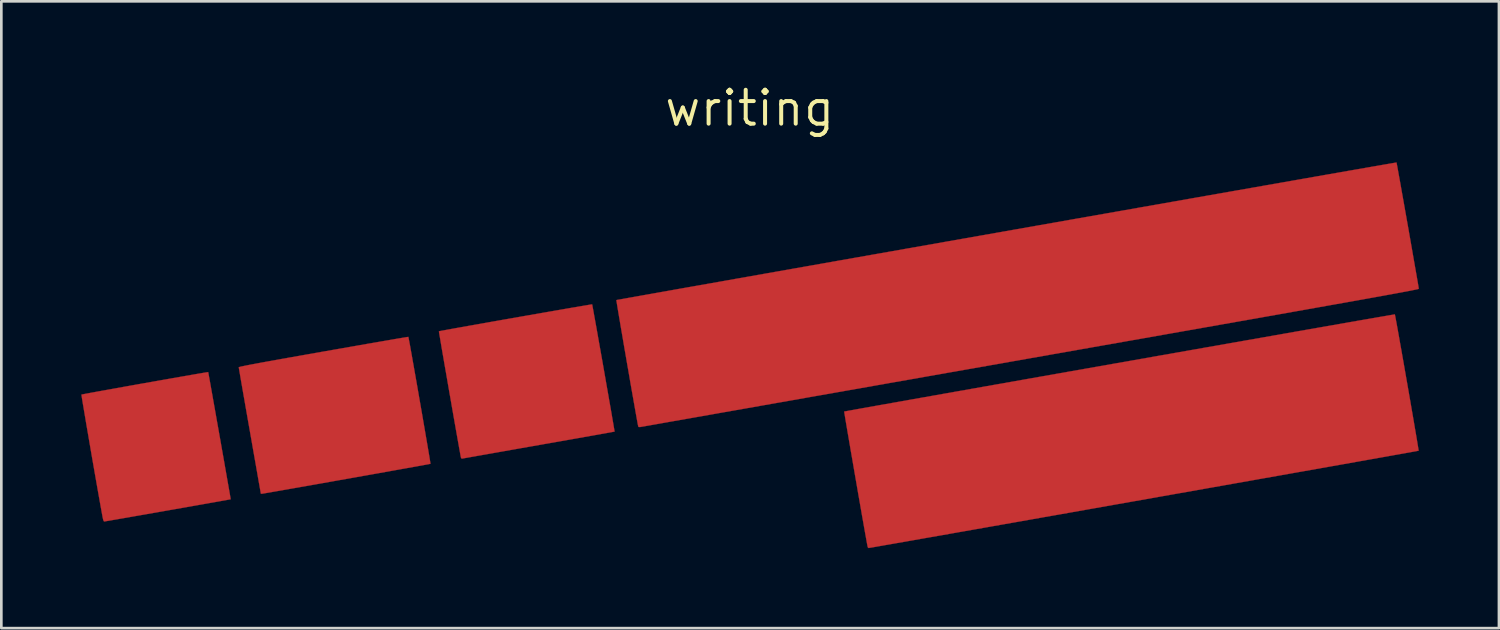
<source format=kicad_pcb>
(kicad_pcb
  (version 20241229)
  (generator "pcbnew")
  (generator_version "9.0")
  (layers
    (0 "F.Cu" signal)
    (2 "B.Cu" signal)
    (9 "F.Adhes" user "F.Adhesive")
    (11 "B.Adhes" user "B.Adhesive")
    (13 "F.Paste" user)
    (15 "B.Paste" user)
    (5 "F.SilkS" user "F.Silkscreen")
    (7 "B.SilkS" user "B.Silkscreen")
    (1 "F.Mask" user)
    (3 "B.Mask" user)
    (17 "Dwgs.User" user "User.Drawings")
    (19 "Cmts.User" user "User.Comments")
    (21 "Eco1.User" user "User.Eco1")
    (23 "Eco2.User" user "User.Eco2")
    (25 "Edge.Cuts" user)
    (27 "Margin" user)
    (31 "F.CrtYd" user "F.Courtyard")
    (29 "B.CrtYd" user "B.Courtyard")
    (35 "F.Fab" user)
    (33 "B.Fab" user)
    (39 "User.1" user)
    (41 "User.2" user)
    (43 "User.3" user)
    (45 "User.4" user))
  (footprint "writing"
    (layer "F.Cu")
    (at 25.058 10.256)
    (property "Reference" "writing" (at 0 -9.25 0) (layer "F.SilkS") (effects (font (size 1.27 1.27) (thickness 0.15))))
    (attr through_hole)
    (fp_poly (pts (xy -20.304 0.644) (xy -20.299 0.665) (xy -20.288 0.725) (xy -20.271 0.82) (xy -20.248 0.946) (xy -20.22 1.102) (xy -20.188 1.284) (xy -20.151 1.488) (xy -20.112 1.711) (xy -20.069 1.951) (xy -20.024 2.203) (xy -19.978 2.466) (xy -19.93 2.735) (xy -19.882 3.007) (xy -19.833 3.28) (xy -19.786 3.55) (xy -19.739 3.813) (xy -19.694 4.068) (xy -19.652 4.309) (xy -19.612 4.535) (xy -19.576 4.743) (xy -19.543 4.928) (xy -19.515 5.087) (xy -19.492 5.219) (xy -19.475 5.319) (xy -19.464 5.384) (xy -19.46 5.411) (xy -19.46 5.411) (xy -19.481 5.415) (xy -19.541 5.426) (xy -19.635 5.444) (xy -19.762 5.466) (xy -19.918 5.494) (xy -20.099 5.526) (xy -20.303 5.562) (xy -20.527 5.602) (xy -20.766 5.644) (xy -21.018 5.689) (xy -21.28 5.735) (xy -21.549 5.782) (xy -21.821 5.83) (xy -22.093 5.878) (xy -22.361 5.925) (xy -22.624 5.971) (xy -22.877 6.015) (xy -23.117 6.057) (xy -23.342 6.097) (xy -23.547 6.132) (xy -23.73 6.164) (xy -23.888 6.191) (xy -24.017 6.214) (xy -24.114 6.23) (xy -24.176 6.241) (xy -24.2 6.244) (xy -24.219 6.23) (xy -24.237 6.186) (xy -24.256 6.105) (xy -24.263 6.07) (xy -24.295 5.895) (xy -24.331 5.696) (xy -24.37 5.477) (xy -24.412 5.24) (xy -24.457 4.988) (xy -24.503 4.724) (xy -24.551 4.452) (xy -24.599 4.175) (xy -24.648 3.895) (xy -24.696 3.617) (xy -24.743 3.343) (xy -24.789 3.075) (xy -24.833 2.819) (xy -24.875 2.575) (xy -24.913 2.348) (xy -24.948 2.141) (xy -24.979 1.957) (xy -25.006 1.799) (xy -25.027 1.67) (xy -25.042 1.573) (xy -25.051 1.511) (xy -25.053 1.488) (xy -25.053 1.488) (xy -25.031 1.483) (xy -24.971 1.471) (xy -24.875 1.453) (xy -24.748 1.429) (xy -24.591 1.4) (xy -24.409 1.367) (xy -24.204 1.33) (xy -23.981 1.29) (xy -23.741 1.247) (xy -23.488 1.201) (xy -23.226 1.154) (xy -22.957 1.106) (xy -22.685 1.058) (xy -22.412 1.01) (xy -22.143 0.962) (xy -21.881 0.916) (xy -21.627 0.871) (xy -21.387 0.829) (xy -21.162 0.79) (xy -20.957 0.754) (xy -20.773 0.722) (xy -20.616 0.695) (xy -20.487 0.673) (xy -20.39 0.657) (xy -20.328 0.647) (xy -20.304 0.644) (xy -20.304 0.644)) (stroke (width 0.01) (type solid)) (fill yes) (layer "F.Cu"))
    (fp_poly (pts (xy -5.904 -1.873) (xy -5.893 -1.813) (xy -5.875 -1.718) (xy -5.852 -1.59) (xy -5.824 -1.434) (xy -5.791 -1.252) (xy -5.754 -1.047) (xy -5.714 -0.823) (xy -5.672 -0.583) (xy -5.627 -0.331) (xy -5.58 -0.068) (xy -5.532 0.201) (xy -5.484 0.474) (xy -5.436 0.747) (xy -5.389 1.017) (xy -5.343 1.28) (xy -5.298 1.534) (xy -5.256 1.776) (xy -5.216 2.002) (xy -5.18 2.209) (xy -5.149 2.394) (xy -5.121 2.553) (xy -5.099 2.684) (xy -5.082 2.783) (xy -5.072 2.847) (xy -5.068 2.874) (xy -5.068 2.874) (xy -5.09 2.878) (xy -5.15 2.889) (xy -5.247 2.907) (xy -5.379 2.931) (xy -5.543 2.96) (xy -5.737 2.995) (xy -5.957 3.034) (xy -6.203 3.077) (xy -6.471 3.125) (xy -6.759 3.176) (xy -7.065 3.23) (xy -7.386 3.287) (xy -7.72 3.345) (xy -7.898 3.377) (xy -8.238 3.436) (xy -8.567 3.494) (xy -8.883 3.55) (xy -9.183 3.603) (xy -9.465 3.653) (xy -9.725 3.699) (xy -9.963 3.741) (xy -10.174 3.778) (xy -10.358 3.811) (xy -10.511 3.838) (xy -10.63 3.859) (xy -10.714 3.874) (xy -10.76 3.883) (xy -10.768 3.884) (xy -10.808 3.883) (xy -10.827 3.848) (xy -10.827 3.847) (xy -10.834 3.812) (xy -10.848 3.74) (xy -10.867 3.633) (xy -10.892 3.495) (xy -10.921 3.33) (xy -10.955 3.14) (xy -10.992 2.929) (xy -11.033 2.699) (xy -11.076 2.455) (xy -11.121 2.199) (xy -11.167 1.934) (xy -11.214 1.664) (xy -11.262 1.392) (xy -11.309 1.121) (xy -11.355 0.854) (xy -11.4 0.595) (xy -11.444 0.346) (xy -11.484 0.111) (xy -11.522 -0.106) (xy -11.556 -0.304) (xy -11.585 -0.478) (xy -11.61 -0.625) (xy -11.63 -0.743) (xy -11.644 -0.827) (xy -11.651 -0.875) (xy -11.652 -0.885) (xy -11.63 -0.891) (xy -11.57 -0.902) (xy -11.473 -0.92) (xy -11.344 -0.944) (xy -11.184 -0.973) (xy -10.998 -1.007) (xy -10.787 -1.044) (xy -10.555 -1.086) (xy -10.305 -1.13) (xy -10.039 -1.177) (xy -9.76 -1.227) (xy -9.472 -1.278) (xy -9.177 -1.33) (xy -8.879 -1.382) (xy -8.579 -1.435) (xy -8.281 -1.487) (xy -7.988 -1.538) (xy -7.703 -1.588) (xy -7.429 -1.636) (xy -7.168 -1.681) (xy -6.924 -1.724) (xy -6.699 -1.763) (xy -6.496 -1.797) (xy -6.319 -1.828) (xy -6.169 -1.853) (xy -6.051 -1.873) (xy -5.967 -1.887) (xy -5.919 -1.894) (xy -5.909 -1.895) (xy -5.904 -1.873)) (stroke (width 0.01) (type solid)) (fill yes) (layer "F.Cu"))
    (fp_poly (pts (xy -12.794 -0.653) (xy -12.782 -0.592) (xy -12.764 -0.496) (xy -12.74 -0.368) (xy -12.712 -0.211) (xy -12.679 -0.028) (xy -12.643 0.177) (xy -12.603 0.401) (xy -12.561 0.641) (xy -12.516 0.894) (xy -12.47 1.157) (xy -12.423 1.426) (xy -12.376 1.699) (xy -12.328 1.971) (xy -12.281 2.241) (xy -12.236 2.504) (xy -12.192 2.757) (xy -12.151 2.998) (xy -12.112 3.223) (xy -12.077 3.428) (xy -12.046 3.612) (xy -12.019 3.77) (xy -11.998 3.899) (xy -11.982 3.996) (xy -11.973 4.058) (xy -11.97 4.082) (xy -11.97 4.082) (xy -11.991 4.086) (xy -12.052 4.098) (xy -12.148 4.116) (xy -12.278 4.14) (xy -12.439 4.169) (xy -12.627 4.203) (xy -12.841 4.241) (xy -13.076 4.283) (xy -13.332 4.329) (xy -13.604 4.378) (xy -13.89 4.429) (xy -14.187 4.482) (xy -14.493 4.536) (xy -14.805 4.592) (xy -15.119 4.648) (xy -15.434 4.703) (xy -15.746 4.759) (xy -16.052 4.813) (xy -16.351 4.866) (xy -16.638 4.917) (xy -16.912 4.965) (xy -17.169 5.01) (xy -17.408 5.052) (xy -17.624 5.09) (xy -17.815 5.123) (xy -17.979 5.152) (xy -18.113 5.175) (xy -18.213 5.192) (xy -18.278 5.203) (xy -18.304 5.206) (xy -18.304 5.206) (xy -18.329 5.199) (xy -18.33 5.194) (xy -18.334 5.172) (xy -18.344 5.111) (xy -18.361 5.014) (xy -18.384 4.882) (xy -18.413 4.72) (xy -18.446 4.529) (xy -18.484 4.313) (xy -18.526 4.073) (xy -18.572 3.813) (xy -18.621 3.535) (xy -18.672 3.242) (xy -18.726 2.936) (xy -18.743 2.838) (xy -18.798 2.529) (xy -18.85 2.231) (xy -18.9 1.947) (xy -18.946 1.68) (xy -18.99 1.432) (xy -19.029 1.206) (xy -19.064 1.006) (xy -19.094 0.832) (xy -19.118 0.689) (xy -19.137 0.579) (xy -19.15 0.504) (xy -19.155 0.468) (xy -19.156 0.465) (xy -19.148 0.459) (xy -19.123 0.451) (xy -19.079 0.439) (xy -19.014 0.425) (xy -18.928 0.407) (xy -18.818 0.385) (xy -18.683 0.359) (xy -18.521 0.329) (xy -18.331 0.293) (xy -18.111 0.253) (xy -17.858 0.208) (xy -17.573 0.156) (xy -17.253 0.099) (xy -16.896 0.036) (xy -16.501 -0.034) (xy -16.066 -0.111) (xy -15.981 -0.126) (xy -15.621 -0.189) (xy -15.272 -0.25) (xy -14.936 -0.309) (xy -14.617 -0.365) (xy -14.316 -0.418) (xy -14.036 -0.466) (xy -13.778 -0.511) (xy -13.545 -0.551) (xy -13.34 -0.587) (xy -13.164 -0.617) (xy -13.02 -0.641) (xy -12.91 -0.659) (xy -12.836 -0.671) (xy -12.802 -0.676) (xy -12.799 -0.676) (xy -12.794 -0.653)) (stroke (width 0.01) (type solid)) (fill yes) (layer "F.Cu"))
    (fp_poly (pts (xy 24.19 -1.497) (xy 24.202 -1.436) (xy 24.22 -1.339) (xy 24.244 -1.211) (xy 24.273 -1.052) (xy 24.306 -0.868) (xy 24.343 -0.661) (xy 24.383 -0.433) (xy 24.427 -0.189) (xy 24.472 0.069) (xy 24.52 0.338) (xy 24.568 0.615) (xy 24.617 0.896) (xy 24.667 1.179) (xy 24.716 1.461) (xy 24.764 1.737) (xy 24.81 2.006) (xy 24.855 2.264) (xy 24.897 2.508) (xy 24.935 2.736) (xy 24.971 2.943) (xy 25.002 3.127) (xy 25.028 3.284) (xy 25.049 3.413) (xy 25.065 3.509) (xy 25.074 3.569) (xy 25.076 3.591) (xy 25.076 3.591) (xy 25.054 3.595) (xy 24.993 3.607) (xy 24.893 3.625) (xy 24.756 3.65) (xy 24.583 3.681) (xy 24.376 3.718) (xy 24.137 3.76) (xy 23.867 3.809) (xy 23.567 3.862) (xy 23.24 3.92) (xy 22.886 3.983) (xy 22.507 4.051) (xy 22.105 4.122) (xy 21.681 4.197) (xy 21.237 4.276) (xy 20.774 4.358) (xy 20.294 4.443) (xy 19.799 4.531) (xy 19.289 4.621) (xy 18.767 4.714) (xy 18.233 4.808) (xy 17.69 4.905) (xy 17.139 5.002) (xy 16.582 5.101) (xy 16.02 5.2) (xy 15.454 5.3) (xy 14.887 5.401) (xy 14.319 5.501) (xy 13.752 5.601) (xy 13.188 5.701) (xy 12.629 5.8) (xy 12.075 5.898) (xy 11.528 5.995) (xy 10.99 6.089) (xy 10.463 6.183) (xy 9.948 6.274) (xy 9.446 6.362) (xy 8.959 6.448) (xy 8.489 6.531) (xy 8.036 6.611) (xy 7.604 6.687) (xy 7.192 6.76) (xy 6.803 6.828) (xy 6.438 6.892) (xy 6.099 6.952) (xy 5.787 7.007) (xy 5.504 7.056) (xy 5.251 7.101) (xy 5.03 7.139) (xy 4.843 7.172) (xy 4.69 7.199) (xy 4.574 7.219) (xy 4.496 7.232) (xy 4.457 7.238) (xy 4.453 7.239) (xy 4.432 7.221) (xy 4.418 7.181) (xy 4.403 7.102) (xy 4.382 6.989) (xy 4.357 6.846) (xy 4.326 6.674) (xy 4.291 6.478) (xy 4.253 6.261) (xy 4.211 6.025) (xy 4.167 5.773) (xy 4.121 5.509) (xy 4.073 5.236) (xy 4.025 4.957) (xy 3.976 4.675) (xy 3.927 4.393) (xy 3.879 4.113) (xy 3.832 3.841) (xy 3.786 3.577) (xy 3.743 3.325) (xy 3.703 3.09) (xy 3.665 2.872) (xy 3.632 2.676) (xy 3.603 2.505) (xy 3.579 2.362) (xy 3.561 2.25) (xy 3.548 2.171) (xy 3.542 2.13) (xy 3.542 2.124) (xy 3.563 2.119) (xy 3.625 2.108) (xy 3.725 2.089) (xy 3.862 2.065) (xy 4.035 2.033) (xy 4.242 1.996) (xy 4.482 1.953) (xy 4.752 1.905) (xy 5.052 1.852) (xy 5.379 1.794) (xy 5.733 1.731) (xy 6.112 1.663) (xy 6.514 1.592) (xy 6.938 1.517) (xy 7.383 1.438) (xy 7.845 1.356) (xy 8.326 1.271) (xy 8.821 1.183) (xy 9.331 1.093) (xy 9.854 1.001) (xy 10.387 0.906) (xy 10.93 0.81) (xy 11.481 0.713) (xy 12.039 0.614) (xy 12.601 0.515) (xy 13.167 0.415) (xy 13.735 0.315) (xy 14.303 0.215) (xy 14.87 0.115) (xy 15.434 0.015) (xy 15.994 -0.083) (xy 16.548 -0.181) (xy 17.095 -0.278) (xy 17.633 -0.372) (xy 18.161 -0.465) (xy 18.676 -0.556) (xy 19.179 -0.644) (xy 19.666 -0.73) (xy 20.137 -0.813) (xy 20.59 -0.893) (xy 21.023 -0.969) (xy 21.435 -1.041) (xy 21.825 -1.109) (xy 22.19 -1.173) (xy 22.53 -1.233) (xy 22.842 -1.288) (xy 23.126 -1.337) (xy 23.38 -1.381) (xy 23.602 -1.42) (xy 23.79 -1.452) (xy 23.944 -1.479) (xy 24.061 -1.499) (xy 24.14 -1.512) (xy 24.18 -1.519) (xy 24.184 -1.519) (xy 24.19 -1.497)) (stroke (width 0.01) (type solid)) (fill yes) (layer "F.Cu"))
    (fp_poly (pts (xy 24.252 -7.192) (xy 24.263 -7.132) (xy 24.281 -7.037) (xy 24.304 -6.909) (xy 24.332 -6.753) (xy 24.365 -6.571) (xy 24.402 -6.367) (xy 24.441 -6.143) (xy 24.484 -5.904) (xy 24.529 -5.651) (xy 24.575 -5.389) (xy 24.623 -5.12) (xy 24.671 -4.849) (xy 24.719 -4.577) (xy 24.766 -4.308) (xy 24.812 -4.046) (xy 24.856 -3.793) (xy 24.898 -3.553) (xy 24.937 -3.329) (xy 24.973 -3.125) (xy 25.005 -2.942) (xy 25.032 -2.786) (xy 25.054 -2.658) (xy 25.07 -2.562) (xy 25.079 -2.502) (xy 25.082 -2.48) (xy 25.078 -2.477) (xy 25.065 -2.473) (xy 25.043 -2.466) (xy 25.009 -2.459) (xy 24.965 -2.449) (xy 24.908 -2.437) (xy 24.838 -2.423) (xy 24.754 -2.406) (xy 24.655 -2.387) (xy 24.54 -2.366) (xy 24.409 -2.341) (xy 24.26 -2.314) (xy 24.093 -2.283) (xy 23.906 -2.249) (xy 23.7 -2.211) (xy 23.472 -2.17) (xy 23.223 -2.125) (xy 22.951 -2.076) (xy 22.655 -2.023) (xy 22.335 -1.966) (xy 21.99 -1.905) (xy 21.619 -1.839) (xy 21.221 -1.768) (xy 20.794 -1.692) (xy 20.339 -1.611) (xy 19.855 -1.525) (xy 19.34 -1.434) (xy 18.793 -1.337) (xy 18.214 -1.235) (xy 17.603 -1.127) (xy 16.957 -1.013) (xy 16.277 -0.893) (xy 15.56 -0.766) (xy 14.808 -0.633) (xy 14.018 -0.494) (xy 13.189 -0.348) (xy 12.322 -0.195) (xy 11.414 -0.035) (xy 10.514 0.124) (xy 9.736 0.261) (xy 8.968 0.397) (xy 8.212 0.53) (xy 7.467 0.661) (xy 6.736 0.79) (xy 6.019 0.917) (xy 5.318 1.04) (xy 4.633 1.161) (xy 3.966 1.279) (xy 3.318 1.393) (xy 2.689 1.504) (xy 2.081 1.611) (xy 1.495 1.715) (xy 0.932 1.814) (xy 0.392 1.909) (xy -0.122 2) (xy -0.61 2.086) (xy -1.071 2.167) (xy -1.504 2.244) (xy -1.907 2.315) (xy -2.28 2.381) (xy -2.622 2.441) (xy -2.932 2.495) (xy -3.207 2.544) (xy -3.449 2.587) (xy -3.654 2.623) (xy -3.823 2.653) (xy -3.954 2.676) (xy -4.046 2.692) (xy -4.099 2.701) (xy -4.111 2.704) (xy -4.162 2.703) (xy -4.179 2.685) (xy -4.185 2.655) (xy -4.199 2.587) (xy -4.218 2.484) (xy -4.242 2.35) (xy -4.271 2.188) (xy -4.304 2.001) (xy -4.341 1.792) (xy -4.381 1.564) (xy -4.424 1.322) (xy -4.469 1.066) (xy -4.514 0.802) (xy -4.561 0.533) (xy -4.609 0.26) (xy -4.655 -0.011) (xy -4.702 -0.279) (xy -4.746 -0.54) (xy -4.789 -0.79) (xy -4.83 -1.027) (xy -4.867 -1.248) (xy -4.901 -1.448) (xy -4.931 -1.626) (xy -4.956 -1.777) (xy -4.976 -1.899) (xy -4.99 -1.988) (xy -4.998 -2.041) (xy -4.999 -2.055) (xy -4.978 -2.06) (xy -4.916 -2.071) (xy -4.815 -2.089) (xy -4.676 -2.114) (xy -4.501 -2.146) (xy -4.29 -2.183) (xy -4.046 -2.227) (xy -3.768 -2.276) (xy -3.46 -2.331) (xy -3.121 -2.391) (xy -2.754 -2.457) (xy -2.359 -2.527) (xy -1.937 -2.601) (xy -1.491 -2.68) (xy -1.021 -2.763) (xy -0.529 -2.851) (xy -0.016 -2.941) (xy 0.518 -3.036) (xy 1.069 -3.133) (xy 1.638 -3.234) (xy 2.223 -3.337) (xy 2.823 -3.443) (xy 3.436 -3.552) (xy 4.061 -3.662) (xy 4.697 -3.774) (xy 5.343 -3.888) (xy 5.996 -4.004) (xy 6.657 -4.12) (xy 7.323 -4.238) (xy 7.994 -4.356) (xy 8.668 -4.475) (xy 9.344 -4.594) (xy 10.02 -4.714) (xy 10.695 -4.833) (xy 11.369 -4.951) (xy 12.039 -5.07) (xy 12.705 -5.187) (xy 13.364 -5.303) (xy 14.017 -5.418) (xy 14.661 -5.532) (xy 15.295 -5.643) (xy 15.918 -5.753) (xy 16.529 -5.861) (xy 17.126 -5.966) (xy 17.708 -6.068) (xy 18.274 -6.168) (xy 18.823 -6.264) (xy 19.353 -6.358) (xy 19.863 -6.447) (xy 20.352 -6.533) (xy 20.817 -6.615) (xy 21.26 -6.693) (xy 21.676 -6.766) (xy 22.067 -6.834) (xy 22.429 -6.898) (xy 22.763 -6.956) (xy 23.066 -7.009) (xy 23.338 -7.057) (xy 23.577 -7.098) (xy 23.781 -7.134) (xy 23.951 -7.163) (xy 24.083 -7.186) (xy 24.177 -7.202) (xy 24.232 -7.211) (xy 24.247 -7.213) (xy 24.252 -7.192)) (stroke (width 0.01) (type solid)) (fill yes) (layer "F.Cu"))
    (fp_poly (pts (xy 16.961 0.019) (xy 16.968 0.043) (xy 16.982 0.103) (xy 17 0.195) (xy 17.023 0.312) (xy 17.049 0.449) (xy 17.077 0.602) (xy 17.107 0.766) (xy 17.137 0.934) (xy 17.167 1.102) (xy 17.195 1.265) (xy 17.221 1.417) (xy 17.244 1.553) (xy 17.263 1.669) (xy 17.276 1.758) (xy 17.284 1.815) (xy 17.284 1.836) (xy 17.261 1.843) (xy 17.204 1.856) (xy 17.122 1.872) (xy 17.024 1.89) (xy 16.916 1.91) (xy 16.809 1.929) (xy 16.71 1.945) (xy 16.627 1.959) (xy 16.569 1.967) (xy 16.547 1.968) (xy 16.516 1.961) (xy 16.51 1.953) (xy 16.506 1.929) (xy 16.496 1.868) (xy 16.48 1.774) (xy 16.459 1.652) (xy 16.433 1.505) (xy 16.404 1.339) (xy 16.372 1.157) (xy 16.353 1.048) (xy 16.32 0.859) (xy 16.29 0.684) (xy 16.264 0.525) (xy 16.242 0.389) (xy 16.225 0.278) (xy 16.214 0.198) (xy 16.209 0.153) (xy 16.21 0.144) (xy 16.237 0.134) (xy 16.296 0.12) (xy 16.381 0.103) (xy 16.481 0.084) (xy 16.589 0.065) (xy 16.697 0.048) (xy 16.797 0.033) (xy 16.88 0.023) (xy 16.937 0.018) (xy 16.961 0.019)) (stroke (width 0.01) (type solid)) (fill yes) (layer "F.Mask"))
    (fp_poly (pts (xy 12.032 3.664) (xy 12.039 3.688) (xy 12.053 3.748) (xy 12.072 3.84) (xy 12.095 3.957) (xy 12.121 4.096) (xy 12.149 4.249) (xy 12.179 4.413) (xy 12.209 4.582) (xy 12.239 4.75) (xy 12.267 4.912) (xy 12.293 5.064) (xy 12.315 5.199) (xy 12.334 5.313) (xy 12.347 5.4) (xy 12.353 5.454) (xy 12.354 5.472) (xy 12.332 5.481) (xy 12.276 5.495) (xy 12.195 5.513) (xy 12.097 5.533) (xy 11.991 5.553) (xy 11.883 5.573) (xy 11.783 5.59) (xy 11.699 5.602) (xy 11.638 5.609) (xy 11.62 5.61) (xy 11.61 5.603) (xy 11.599 5.579) (xy 11.586 5.536) (xy 11.57 5.47) (xy 11.551 5.378) (xy 11.527 5.257) (xy 11.499 5.103) (xy 11.465 4.914) (xy 11.434 4.736) (xy 11.401 4.548) (xy 11.371 4.371) (xy 11.343 4.211) (xy 11.32 4.073) (xy 11.302 3.959) (xy 11.289 3.876) (xy 11.282 3.828) (xy 11.281 3.819) (xy 11.285 3.803) (xy 11.298 3.789) (xy 11.327 3.776) (xy 11.377 3.762) (xy 11.455 3.746) (xy 11.565 3.725) (xy 11.647 3.71) (xy 11.769 3.69) (xy 11.876 3.674) (xy 11.96 3.664) (xy 12.014 3.661) (xy 12.032 3.664)) (stroke (width 0.01) (type solid)) (fill yes) (layer "F.Mask"))
    (fp_poly (pts (xy 20.596 2.152) (xy 20.596 2.152) (xy 20.603 2.176) (xy 20.617 2.236) (xy 20.635 2.327) (xy 20.657 2.445) (xy 20.683 2.582) (xy 20.711 2.735) (xy 20.741 2.897) (xy 20.771 3.064) (xy 20.8 3.23) (xy 20.828 3.39) (xy 20.853 3.539) (xy 20.876 3.671) (xy 20.893 3.781) (xy 20.906 3.863) (xy 20.912 3.913) (xy 20.913 3.922) (xy 20.913 3.942) (xy 20.91 3.957) (xy 20.899 3.97) (xy 20.874 3.981) (xy 20.829 3.993) (xy 20.76 4.007) (xy 20.661 4.025) (xy 20.527 4.049) (xy 20.5 4.053) (xy 20.373 4.076) (xy 20.282 4.091) (xy 20.221 4.1) (xy 20.182 4.102) (xy 20.161 4.097) (xy 20.151 4.085) (xy 20.146 4.067) (xy 20.144 4.059) (xy 20.134 4.013) (xy 20.119 3.934) (xy 20.1 3.827) (xy 20.076 3.698) (xy 20.05 3.551) (xy 20.023 3.392) (xy 19.994 3.226) (xy 19.965 3.059) (xy 19.937 2.895) (xy 19.911 2.739) (xy 19.888 2.598) (xy 19.868 2.476) (xy 19.852 2.378) (xy 19.842 2.31) (xy 19.838 2.276) (xy 19.838 2.274) (xy 19.864 2.265) (xy 19.923 2.251) (xy 20.006 2.235) (xy 20.107 2.218) (xy 20.215 2.2) (xy 20.324 2.183) (xy 20.425 2.168) (xy 20.509 2.157) (xy 20.569 2.151) (xy 20.596 2.152)) (stroke (width 0.01) (type solid)) (fill yes) (layer "F.Mask"))
    (fp_poly (pts (xy 14.162 0.515) (xy 14.179 0.525) (xy 14.188 0.541) (xy 14.189 0.545) (xy 14.2 0.59) (xy 14.215 0.668) (xy 14.235 0.774) (xy 14.258 0.903) (xy 14.284 1.049) (xy 14.311 1.208) (xy 14.339 1.374) (xy 14.367 1.542) (xy 14.394 1.706) (xy 14.419 1.862) (xy 14.441 2.003) (xy 14.46 2.126) (xy 14.474 2.224) (xy 14.483 2.292) (xy 14.485 2.326) (xy 14.485 2.328) (xy 14.459 2.337) (xy 14.4 2.351) (xy 14.316 2.368) (xy 14.217 2.387) (xy 14.11 2.406) (xy 14.004 2.424) (xy 13.908 2.439) (xy 13.831 2.45) (xy 13.781 2.455) (xy 13.775 2.455) (xy 13.763 2.455) (xy 13.751 2.45) (xy 13.741 2.438) (xy 13.73 2.415) (xy 13.719 2.376) (xy 13.705 2.319) (xy 13.689 2.239) (xy 13.669 2.133) (xy 13.644 1.998) (xy 13.614 1.828) (xy 13.578 1.621) (xy 13.571 1.582) (xy 13.538 1.394) (xy 13.508 1.218) (xy 13.481 1.058) (xy 13.458 0.919) (xy 13.439 0.806) (xy 13.426 0.723) (xy 13.42 0.675) (xy 13.419 0.666) (xy 13.423 0.649) (xy 13.437 0.635) (xy 13.469 0.622) (xy 13.523 0.608) (xy 13.606 0.592) (xy 13.724 0.57) (xy 13.753 0.565) (xy 13.896 0.541) (xy 14.003 0.524) (xy 14.079 0.514) (xy 14.13 0.511) (xy 14.162 0.515)) (stroke (width 0.01) (type solid)) (fill yes) (layer "F.Mask"))
    (fp_poly (pts (xy 13.187 0.823) (xy 13.271 0.883) (xy 13.326 0.927) (xy 13.359 0.965) (xy 13.378 1.002) (xy 13.385 1.026) (xy 13.394 1.089) (xy 13.381 1.12) (xy 13.38 1.12) (xy 13.35 1.13) (xy 13.289 1.143) (xy 13.204 1.16) (xy 13.123 1.174) (xy 13.02 1.192) (xy 12.952 1.207) (xy 12.914 1.221) (xy 12.899 1.235) (xy 12.899 1.247) (xy 12.909 1.29) (xy 12.924 1.366) (xy 12.943 1.468) (xy 12.964 1.589) (xy 12.987 1.725) (xy 13.011 1.868) (xy 13.035 2.013) (xy 13.058 2.153) (xy 13.078 2.283) (xy 13.096 2.396) (xy 13.109 2.486) (xy 13.116 2.547) (xy 13.118 2.573) (xy 13.118 2.574) (xy 13.094 2.581) (xy 13.037 2.594) (xy 12.955 2.611) (xy 12.856 2.63) (xy 12.75 2.65) (xy 12.643 2.67) (xy 12.544 2.687) (xy 12.463 2.7) (xy 12.406 2.708) (xy 12.387 2.709) (xy 12.356 2.692) (xy 12.351 2.683) (xy 12.346 2.656) (xy 12.334 2.593) (xy 12.317 2.499) (xy 12.295 2.379) (xy 12.271 2.239) (xy 12.244 2.083) (xy 12.233 2.021) (xy 12.205 1.862) (xy 12.179 1.717) (xy 12.155 1.59) (xy 12.135 1.488) (xy 12.12 1.414) (xy 12.111 1.375) (xy 12.109 1.37) (xy 12.083 1.368) (xy 12.025 1.372) (xy 11.944 1.383) (xy 11.863 1.397) (xy 11.768 1.414) (xy 11.69 1.427) (xy 11.637 1.436) (xy 11.618 1.439) (xy 11.607 1.421) (xy 11.595 1.374) (xy 11.591 1.354) (xy 11.587 1.312) (xy 11.592 1.275) (xy 11.61 1.232) (xy 11.645 1.174) (xy 11.696 1.101) (xy 11.749 1.027) (xy 11.795 0.966) (xy 11.827 0.927) (xy 11.837 0.918) (xy 11.863 0.91) (xy 11.926 0.897) (xy 12.018 0.878) (xy 12.136 0.856) (xy 12.273 0.83) (xy 12.423 0.803) (xy 12.434 0.801) (xy 13.007 0.699) (xy 13.187 0.823)) (stroke (width 0.01) (type solid)) (fill yes) (layer "F.Mask"))
    (fp_poly (pts (xy 18.718 -0.156) (xy 18.805 -0.095) (xy 18.863 -0.051) (xy 18.898 -0.017) (xy 18.915 0.012) (xy 18.922 0.045) (xy 18.923 0.079) (xy 18.923 0.108) (xy 18.919 0.128) (xy 18.905 0.144) (xy 18.873 0.156) (xy 18.819 0.169) (xy 18.735 0.185) (xy 18.632 0.203) (xy 18.537 0.221) (xy 18.477 0.237) (xy 18.446 0.253) (xy 18.437 0.272) (xy 18.437 0.272) (xy 18.441 0.301) (xy 18.451 0.366) (xy 18.468 0.462) (xy 18.488 0.584) (xy 18.513 0.725) (xy 18.541 0.881) (xy 18.552 0.942) (xy 18.579 1.101) (xy 18.604 1.246) (xy 18.624 1.373) (xy 18.639 1.476) (xy 18.648 1.549) (xy 18.65 1.589) (xy 18.649 1.594) (xy 18.625 1.602) (xy 18.568 1.616) (xy 18.485 1.633) (xy 18.386 1.653) (xy 18.279 1.674) (xy 18.171 1.695) (xy 18.072 1.712) (xy 17.989 1.726) (xy 17.932 1.734) (xy 17.912 1.736) (xy 17.888 1.729) (xy 17.886 1.725) (xy 17.882 1.699) (xy 17.872 1.637) (xy 17.857 1.547) (xy 17.837 1.435) (xy 17.814 1.305) (xy 17.789 1.165) (xy 17.762 1.02) (xy 17.736 0.877) (xy 17.712 0.741) (xy 17.689 0.619) (xy 17.67 0.517) (xy 17.655 0.44) (xy 17.646 0.395) (xy 17.643 0.385) (xy 17.62 0.385) (xy 17.564 0.392) (xy 17.484 0.404) (xy 17.395 0.419) (xy 17.3 0.436) (xy 17.221 0.448) (xy 17.168 0.455) (xy 17.148 0.455) (xy 17.14 0.432) (xy 17.127 0.383) (xy 17.124 0.373) (xy 17.119 0.337) (xy 17.123 0.303) (xy 17.14 0.262) (xy 17.174 0.205) (xy 17.229 0.124) (xy 17.234 0.118) (xy 17.298 0.03) (xy 17.354 -0.034) (xy 17.395 -0.069) (xy 17.406 -0.074) (xy 17.439 -0.08) (xy 17.507 -0.093) (xy 17.605 -0.111) (xy 17.726 -0.133) (xy 17.865 -0.157) (xy 17.998 -0.181) (xy 18.545 -0.277) (xy 18.718 -0.156)) (stroke (width 0.01) (type solid)) (fill yes) (layer "F.Mask"))
    (fp_poly (pts (xy 16.109 0.198) (xy 16.117 0.23) (xy 16.131 0.297) (xy 16.15 0.393) (xy 16.172 0.511) (xy 16.197 0.645) (xy 16.223 0.788) (xy 16.248 0.934) (xy 16.273 1.076) (xy 16.296 1.209) (xy 16.315 1.325) (xy 16.329 1.418) (xy 16.338 1.481) (xy 16.341 1.506) (xy 16.328 1.536) (xy 16.294 1.594) (xy 16.242 1.672) (xy 16.176 1.766) (xy 16.101 1.869) (xy 16.021 1.976) (xy 15.945 2.073) (xy 15.923 2.08) (xy 15.867 2.092) (xy 15.784 2.108) (xy 15.684 2.127) (xy 15.572 2.148) (xy 15.458 2.168) (xy 15.349 2.187) (xy 15.253 2.203) (xy 15.178 2.215) (xy 15.13 2.221) (xy 15.122 2.222) (xy 15.09 2.211) (xy 15.03 2.181) (xy 14.948 2.136) (xy 14.853 2.079) (xy 14.794 2.042) (xy 14.51 1.861) (xy 14.389 1.179) (xy 14.361 1.015) (xy 14.335 0.864) (xy 14.314 0.731) (xy 14.298 0.622) (xy 14.287 0.541) (xy 14.283 0.493) (xy 14.283 0.483) (xy 14.308 0.475) (xy 14.368 0.461) (xy 14.454 0.443) (xy 14.562 0.423) (xy 14.654 0.406) (xy 15.011 0.344) (xy 15.029 0.389) (xy 15.038 0.421) (xy 15.052 0.488) (xy 15.071 0.587) (xy 15.095 0.71) (xy 15.121 0.853) (xy 15.148 1.009) (xy 15.157 1.058) (xy 15.185 1.215) (xy 15.21 1.358) (xy 15.232 1.482) (xy 15.251 1.582) (xy 15.264 1.652) (xy 15.271 1.687) (xy 15.272 1.69) (xy 15.295 1.69) (xy 15.348 1.684) (xy 15.422 1.674) (xy 15.436 1.672) (xy 15.593 1.646) (xy 15.534 1.315) (xy 15.491 1.068) (xy 15.454 0.859) (xy 15.425 0.687) (xy 15.402 0.549) (xy 15.385 0.444) (xy 15.374 0.367) (xy 15.368 0.318) (xy 15.367 0.293) (xy 15.368 0.289) (xy 15.391 0.282) (xy 15.449 0.269) (xy 15.534 0.252) (xy 15.641 0.233) (xy 15.734 0.216) (xy 16.09 0.154) (xy 16.109 0.198)) (stroke (width 0.01) (type solid)) (fill yes) (layer "F.Mask"))
    (fp_poly (pts (xy 15.025 -5.317) (xy 15.039 -5.311) (xy 15.039 -5.31) (xy 15.046 -5.287) (xy 15.06 -5.225) (xy 15.079 -5.128) (xy 15.104 -5) (xy 15.134 -4.844) (xy 15.168 -4.663) (xy 15.205 -4.462) (xy 15.245 -4.242) (xy 15.288 -4.008) (xy 15.333 -3.764) (xy 15.378 -3.512) (xy 15.424 -3.256) (xy 15.47 -3) (xy 15.515 -2.747) (xy 15.559 -2.5) (xy 15.601 -2.262) (xy 15.64 -2.038) (xy 15.676 -1.831) (xy 15.708 -1.644) (xy 15.736 -1.48) (xy 15.759 -1.343) (xy 15.776 -1.237) (xy 15.787 -1.164) (xy 15.79 -1.129) (xy 15.79 -1.128) (xy 15.783 -1.086) (xy 15.771 -1.07) (xy 15.749 -1.065) (xy 15.69 -1.053) (xy 15.6 -1.037) (xy 15.485 -1.015) (xy 15.349 -0.99) (xy 15.199 -0.963) (xy 15.039 -0.934) (xy 14.875 -0.904) (xy 14.713 -0.875) (xy 14.557 -0.847) (xy 14.414 -0.822) (xy 14.288 -0.8) (xy 14.185 -0.782) (xy 14.11 -0.769) (xy 14.069 -0.763) (xy 14.063 -0.762) (xy 14.049 -0.776) (xy 14.032 -0.795) (xy 14.025 -0.82) (xy 14.011 -0.884) (xy 13.99 -0.984) (xy 13.964 -1.117) (xy 13.933 -1.281) (xy 13.897 -1.471) (xy 13.858 -1.687) (xy 13.814 -1.924) (xy 13.768 -2.18) (xy 13.719 -2.452) (xy 13.668 -2.737) (xy 13.638 -2.906) (xy 13.578 -3.247) (xy 13.525 -3.548) (xy 13.479 -3.813) (xy 13.439 -4.043) (xy 13.405 -4.241) (xy 13.376 -4.41) (xy 13.352 -4.552) (xy 13.333 -4.669) (xy 13.319 -4.764) (xy 13.308 -4.839) (xy 13.301 -4.897) (xy 13.297 -4.94) (xy 13.296 -4.971) (xy 13.298 -4.992) (xy 13.302 -5.005) (xy 13.307 -5.014) (xy 13.31 -5.016) (xy 13.341 -5.029) (xy 13.412 -5.047) (xy 13.521 -5.071) (xy 13.664 -5.099) (xy 13.84 -5.133) (xy 14.046 -5.17) (xy 14.18 -5.194) (xy 14.392 -5.231) (xy 14.566 -5.26) (xy 14.707 -5.284) (xy 14.816 -5.301) (xy 14.899 -5.312) (xy 14.96 -5.318) (xy 15 -5.32) (xy 15.025 -5.317)) (stroke (width 0.01) (type solid)) (fill yes) (layer "F.Mask"))
    (fp_poly (pts (xy 20.769 -0.646) (xy 20.79 -0.607) (xy 20.792 -0.598) (xy 20.8 -0.557) (xy 20.813 -0.484) (xy 20.83 -0.386) (xy 20.85 -0.274) (xy 20.86 -0.218) (xy 20.917 0.104) (xy 20.708 0.375) (xy 20.5 0.646) (xy 20.55 0.938) (xy 20.567 1.047) (xy 20.579 1.14) (xy 20.585 1.209) (xy 20.583 1.246) (xy 20.582 1.249) (xy 20.557 1.257) (xy 20.499 1.271) (xy 20.415 1.289) (xy 20.313 1.309) (xy 20.202 1.33) (xy 20.09 1.351) (xy 19.984 1.369) (xy 19.893 1.384) (xy 19.824 1.394) (xy 19.788 1.397) (xy 19.773 1.388) (xy 19.758 1.357) (xy 19.743 1.3) (xy 19.724 1.211) (xy 19.704 1.097) (xy 19.652 0.796) (xy 19.377 0.621) (xy 19.282 0.56) (xy 19.199 0.508) (xy 19.135 0.468) (xy 19.096 0.444) (xy 19.089 0.44) (xy 19.079 0.417) (xy 19.065 0.361) (xy 19.048 0.279) (xy 19.029 0.179) (xy 19.01 0.07) (xy 18.991 -0.041) (xy 18.976 -0.145) (xy 18.964 -0.234) (xy 18.957 -0.3) (xy 18.956 -0.336) (xy 18.958 -0.339) (xy 18.984 -0.349) (xy 19.044 -0.364) (xy 19.131 -0.382) (xy 19.235 -0.402) (xy 19.285 -0.411) (xy 19.441 -0.438) (xy 19.559 -0.455) (xy 19.641 -0.464) (xy 19.689 -0.464) (xy 19.706 -0.456) (xy 19.706 -0.455) (xy 19.71 -0.428) (xy 19.72 -0.369) (xy 19.734 -0.283) (xy 19.753 -0.179) (xy 19.773 -0.065) (xy 19.795 0.052) (xy 19.815 0.164) (xy 19.834 0.265) (xy 19.85 0.346) (xy 19.861 0.401) (xy 19.865 0.42) (xy 19.888 0.42) (xy 19.942 0.414) (xy 20.015 0.401) (xy 20.029 0.399) (xy 20.184 0.37) (xy 20.106 -0.074) (xy 20.083 -0.206) (xy 20.064 -0.324) (xy 20.05 -0.421) (xy 20.042 -0.492) (xy 20.04 -0.529) (xy 20.041 -0.533) (xy 20.066 -0.541) (xy 20.124 -0.555) (xy 20.207 -0.572) (xy 20.305 -0.591) (xy 20.41 -0.61) (xy 20.513 -0.627) (xy 20.606 -0.642) (xy 20.679 -0.652) (xy 20.725 -0.656) (xy 20.727 -0.656) (xy 20.769 -0.646)) (stroke (width 0.01) (type solid)) (fill yes) (layer "F.Mask"))
    (fp_poly (pts (xy 22.218 1.859) (xy 22.277 1.896) (xy 22.358 1.957) (xy 22.408 1.998) (xy 22.595 2.157) (xy 22.725 2.883) (xy 22.755 3.053) (xy 22.782 3.21) (xy 22.805 3.348) (xy 22.822 3.464) (xy 22.835 3.552) (xy 22.841 3.608) (xy 22.84 3.625) (xy 22.816 3.634) (xy 22.759 3.648) (xy 22.676 3.665) (xy 22.577 3.685) (xy 22.47 3.705) (xy 22.362 3.724) (xy 22.261 3.741) (xy 22.177 3.755) (xy 22.116 3.763) (xy 22.088 3.764) (xy 22.087 3.764) (xy 22.081 3.741) (xy 22.069 3.683) (xy 22.052 3.592) (xy 22.03 3.475) (xy 22.005 3.336) (xy 21.977 3.181) (xy 21.96 3.09) (xy 21.931 2.928) (xy 21.904 2.78) (xy 21.88 2.65) (xy 21.86 2.544) (xy 21.845 2.467) (xy 21.836 2.424) (xy 21.834 2.417) (xy 21.811 2.416) (xy 21.761 2.422) (xy 21.696 2.431) (xy 21.632 2.442) (xy 21.581 2.452) (xy 21.558 2.46) (xy 21.56 2.482) (xy 21.569 2.54) (xy 21.583 2.63) (xy 21.603 2.746) (xy 21.627 2.885) (xy 21.653 3.04) (xy 21.671 3.137) (xy 21.699 3.3) (xy 21.724 3.45) (xy 21.746 3.58) (xy 21.763 3.687) (xy 21.774 3.765) (xy 21.78 3.81) (xy 21.779 3.818) (xy 21.758 3.824) (xy 21.702 3.836) (xy 21.622 3.852) (xy 21.524 3.871) (xy 21.417 3.891) (xy 21.309 3.911) (xy 21.208 3.929) (xy 21.123 3.944) (xy 21.062 3.954) (xy 21.032 3.958) (xy 21.032 3.958) (xy 21.018 3.941) (xy 21.01 3.921) (xy 21.003 3.888) (xy 20.99 3.82) (xy 20.972 3.724) (xy 20.951 3.604) (xy 20.927 3.468) (xy 20.901 3.322) (xy 20.875 3.171) (xy 20.849 3.022) (xy 20.825 2.881) (xy 20.803 2.754) (xy 20.786 2.647) (xy 20.773 2.566) (xy 20.766 2.517) (xy 20.765 2.507) (xy 20.775 2.474) (xy 20.802 2.413) (xy 20.842 2.335) (xy 20.88 2.265) (xy 20.995 2.061) (xy 21.573 1.961) (xy 21.726 1.934) (xy 21.866 1.909) (xy 21.987 1.887) (xy 22.085 1.869) (xy 22.153 1.857) (xy 22.185 1.85) (xy 22.186 1.85) (xy 22.218 1.859)) (stroke (width 0.01) (type solid)) (fill yes) (layer "F.Mask"))
    (fp_poly (pts (xy 5.639 2.023) (xy 5.656 2.045) (xy 5.671 2.088) (xy 5.687 2.161) (xy 5.702 2.239) (xy 5.718 2.33) (xy 5.729 2.404) (xy 5.734 2.452) (xy 5.733 2.465) (xy 5.711 2.471) (xy 5.653 2.483) (xy 5.564 2.5) (xy 5.451 2.521) (xy 5.32 2.545) (xy 5.217 2.563) (xy 5.076 2.588) (xy 4.948 2.611) (xy 4.841 2.632) (xy 4.759 2.648) (xy 4.709 2.66) (xy 4.696 2.664) (xy 4.696 2.688) (xy 4.702 2.747) (xy 4.714 2.835) (xy 4.732 2.946) (xy 4.753 3.073) (xy 4.76 3.111) (xy 4.788 3.263) (xy 4.81 3.376) (xy 4.829 3.457) (xy 4.844 3.508) (xy 4.857 3.535) (xy 4.869 3.541) (xy 4.898 3.536) (xy 4.962 3.525) (xy 5.056 3.509) (xy 5.172 3.489) (xy 5.305 3.465) (xy 5.386 3.451) (xy 5.524 3.428) (xy 5.649 3.408) (xy 5.754 3.393) (xy 5.833 3.384) (xy 5.879 3.382) (xy 5.89 3.383) (xy 5.903 3.414) (xy 5.919 3.474) (xy 5.934 3.552) (xy 5.947 3.637) (xy 5.957 3.718) (xy 5.962 3.784) (xy 5.96 3.823) (xy 5.958 3.829) (xy 5.934 3.836) (xy 5.875 3.849) (xy 5.785 3.867) (xy 5.671 3.889) (xy 5.538 3.915) (xy 5.393 3.942) (xy 5.24 3.97) (xy 5.086 3.999) (xy 4.937 4.026) (xy 4.798 4.05) (xy 4.674 4.072) (xy 4.573 4.089) (xy 4.499 4.1) (xy 4.458 4.105) (xy 4.453 4.105) (xy 4.429 4.093) (xy 4.379 4.061) (xy 4.312 4.015) (xy 4.267 3.983) (xy 4.184 3.919) (xy 4.121 3.862) (xy 4.086 3.818) (xy 4.083 3.81) (xy 4.075 3.775) (xy 4.061 3.705) (xy 4.042 3.606) (xy 4.019 3.482) (xy 3.994 3.342) (xy 3.968 3.192) (xy 3.87 2.626) (xy 3.992 2.451) (xy 4.043 2.377) (xy 4.085 2.317) (xy 4.111 2.279) (xy 4.118 2.27) (xy 4.139 2.264) (xy 4.197 2.252) (xy 4.285 2.235) (xy 4.398 2.215) (xy 4.53 2.191) (xy 4.674 2.166) (xy 4.826 2.14) (xy 4.98 2.114) (xy 5.129 2.09) (xy 5.268 2.067) (xy 5.392 2.047) (xy 5.495 2.031) (xy 5.57 2.02) (xy 5.612 2.015) (xy 5.618 2.015) (xy 5.639 2.023)) (stroke (width 0.01) (type solid)) (fill yes) (layer "F.Mask"))
    (fp_poly (pts (xy 13.673 3.379) (xy 13.729 3.416) (xy 13.797 3.469) (xy 13.87 3.53) (xy 13.94 3.593) (xy 13.997 3.65) (xy 14.035 3.694) (xy 14.044 3.712) (xy 14.056 3.771) (xy 14.073 3.86) (xy 14.093 3.974) (xy 14.117 4.105) (xy 14.141 4.249) (xy 14.167 4.399) (xy 14.192 4.55) (xy 14.216 4.695) (xy 14.237 4.828) (xy 14.256 4.944) (xy 14.27 5.037) (xy 14.278 5.101) (xy 14.281 5.129) (xy 14.281 5.13) (xy 14.258 5.142) (xy 14.201 5.158) (xy 14.118 5.177) (xy 14.019 5.196) (xy 13.911 5.215) (xy 13.802 5.233) (xy 13.701 5.248) (xy 13.616 5.258) (xy 13.555 5.262) (xy 13.528 5.258) (xy 13.527 5.258) (xy 13.52 5.233) (xy 13.506 5.172) (xy 13.487 5.079) (xy 13.464 4.96) (xy 13.438 4.82) (xy 13.411 4.665) (xy 13.398 4.593) (xy 13.37 4.433) (xy 13.344 4.286) (xy 13.32 4.158) (xy 13.3 4.054) (xy 13.285 3.979) (xy 13.275 3.938) (xy 13.273 3.932) (xy 13.247 3.928) (xy 13.192 3.931) (xy 13.128 3.941) (xy 13.05 3.959) (xy 13.008 3.978) (xy 12.997 3.999) (xy 13.001 4.027) (xy 13.012 4.092) (xy 13.028 4.188) (xy 13.049 4.309) (xy 13.073 4.45) (xy 13.101 4.606) (xy 13.112 4.667) (xy 13.146 4.859) (xy 13.172 5.013) (xy 13.19 5.131) (xy 13.202 5.219) (xy 13.207 5.278) (xy 13.206 5.313) (xy 13.201 5.325) (xy 13.172 5.337) (xy 13.11 5.353) (xy 13.021 5.372) (xy 12.914 5.393) (xy 12.847 5.405) (xy 12.706 5.428) (xy 12.602 5.445) (xy 12.529 5.455) (xy 12.482 5.459) (xy 12.457 5.458) (xy 12.447 5.452) (xy 12.446 5.449) (xy 12.442 5.426) (xy 12.432 5.366) (xy 12.417 5.274) (xy 12.396 5.155) (xy 12.371 5.014) (xy 12.344 4.855) (xy 12.319 4.715) (xy 12.192 3.994) (xy 12.313 3.785) (xy 12.378 3.679) (xy 12.43 3.607) (xy 12.468 3.57) (xy 12.477 3.566) (xy 12.521 3.557) (xy 12.597 3.543) (xy 12.699 3.524) (xy 12.819 3.503) (xy 12.95 3.48) (xy 13.087 3.456) (xy 13.223 3.433) (xy 13.35 3.412) (xy 13.462 3.393) (xy 13.552 3.378) (xy 13.613 3.369) (xy 13.639 3.365) (xy 13.673 3.379)) (stroke (width 0.01) (type solid)) (fill yes) (layer "F.Mask"))
    (fp_poly (pts (xy 8.96 4.205) (xy 9 4.234) (xy 9.058 4.281) (xy 9.126 4.338) (xy 9.194 4.399) (xy 9.254 4.456) (xy 9.3 4.501) (xy 9.322 4.528) (xy 9.322 4.53) (xy 9.334 4.581) (xy 9.351 4.664) (xy 9.37 4.772) (xy 9.393 4.9) (xy 9.417 5.042) (xy 9.442 5.191) (xy 9.466 5.342) (xy 9.489 5.49) (xy 9.511 5.627) (xy 9.529 5.749) (xy 9.543 5.85) (xy 9.552 5.923) (xy 9.555 5.963) (xy 9.554 5.969) (xy 9.525 5.981) (xy 9.463 5.997) (xy 9.377 6.015) (xy 9.276 6.034) (xy 9.167 6.052) (xy 9.06 6.068) (xy 8.962 6.081) (xy 8.882 6.089) (xy 8.828 6.091) (xy 8.808 6.088) (xy 8.8 6.062) (xy 8.786 5.999) (xy 8.767 5.906) (xy 8.744 5.786) (xy 8.718 5.646) (xy 8.691 5.491) (xy 8.68 5.429) (xy 8.652 5.27) (xy 8.627 5.124) (xy 8.604 4.996) (xy 8.585 4.892) (xy 8.572 4.817) (xy 8.564 4.776) (xy 8.563 4.771) (xy 8.544 4.76) (xy 8.497 4.76) (xy 8.428 4.771) (xy 8.359 4.785) (xy 8.307 4.799) (xy 8.288 4.807) (xy 8.288 4.831) (xy 8.295 4.891) (xy 8.308 4.982) (xy 8.326 5.1) (xy 8.349 5.239) (xy 8.376 5.395) (xy 8.391 5.484) (xy 8.419 5.646) (xy 8.444 5.795) (xy 8.464 5.925) (xy 8.48 6.032) (xy 8.49 6.11) (xy 8.494 6.154) (xy 8.493 6.162) (xy 8.467 6.17) (xy 8.408 6.184) (xy 8.325 6.201) (xy 8.225 6.219) (xy 8.118 6.238) (xy 8.013 6.256) (xy 7.917 6.271) (xy 7.84 6.281) (xy 7.79 6.286) (xy 7.784 6.287) (xy 7.741 6.281) (xy 7.726 6.271) (xy 7.722 6.247) (xy 7.712 6.186) (xy 7.696 6.094) (xy 7.676 5.974) (xy 7.651 5.833) (xy 7.623 5.674) (xy 7.6 5.54) (xy 7.474 4.826) (xy 7.592 4.62) (xy 7.64 4.537) (xy 7.678 4.469) (xy 7.704 4.424) (xy 7.713 4.409) (xy 7.736 4.403) (xy 7.794 4.39) (xy 7.881 4.374) (xy 7.991 4.354) (xy 8.117 4.332) (xy 8.254 4.309) (xy 8.394 4.286) (xy 8.532 4.264) (xy 8.661 4.244) (xy 8.774 4.227) (xy 8.866 4.214) (xy 8.929 4.206) (xy 8.959 4.205) (xy 8.96 4.205)) (stroke (width 0.01) (type solid)) (fill yes) (layer "F.Mask"))
    (fp_poly (pts (xy 24.466 1.489) (xy 24.479 1.546) (xy 24.492 1.622) (xy 24.505 1.707) (xy 24.516 1.79) (xy 24.524 1.86) (xy 24.527 1.907) (xy 24.524 1.92) (xy 24.5 1.927) (xy 24.441 1.941) (xy 24.351 1.959) (xy 24.237 1.981) (xy 24.106 2.005) (xy 24.013 2.022) (xy 23.873 2.047) (xy 23.747 2.071) (xy 23.641 2.092) (xy 23.561 2.109) (xy 23.513 2.12) (xy 23.502 2.124) (xy 23.501 2.148) (xy 23.508 2.205) (xy 23.519 2.289) (xy 23.534 2.391) (xy 23.552 2.504) (xy 23.572 2.621) (xy 23.591 2.733) (xy 23.609 2.834) (xy 23.625 2.915) (xy 23.638 2.968) (xy 23.644 2.985) (xy 23.671 2.993) (xy 23.73 2.989) (xy 23.787 2.98) (xy 23.847 2.969) (xy 23.887 2.956) (xy 23.908 2.935) (xy 23.915 2.897) (xy 23.908 2.835) (xy 23.891 2.742) (xy 23.884 2.703) (xy 23.87 2.619) (xy 23.861 2.553) (xy 23.859 2.513) (xy 23.86 2.507) (xy 23.885 2.498) (xy 23.943 2.485) (xy 24.026 2.469) (xy 24.125 2.451) (xy 24.233 2.433) (xy 24.341 2.415) (xy 24.442 2.4) (xy 24.526 2.388) (xy 24.586 2.382) (xy 24.613 2.381) (xy 24.614 2.382) (xy 24.623 2.407) (xy 24.637 2.467) (xy 24.654 2.552) (xy 24.674 2.657) (xy 24.695 2.773) (xy 24.715 2.892) (xy 24.734 3.008) (xy 24.75 3.113) (xy 24.761 3.199) (xy 24.768 3.26) (xy 24.768 3.286) (xy 24.767 3.286) (xy 24.744 3.293) (xy 24.685 3.306) (xy 24.595 3.325) (xy 24.481 3.347) (xy 24.349 3.371) (xy 24.203 3.398) (xy 24.051 3.426) (xy 23.898 3.453) (xy 23.749 3.479) (xy 23.61 3.503) (xy 23.488 3.524) (xy 23.387 3.54) (xy 23.314 3.551) (xy 23.275 3.555) (xy 23.273 3.555) (xy 23.238 3.543) (xy 23.179 3.511) (xy 23.105 3.465) (xy 23.059 3.434) (xy 22.887 3.314) (xy 22.671 2.087) (xy 22.766 1.948) (xy 22.817 1.876) (xy 22.862 1.811) (xy 22.895 1.768) (xy 22.898 1.764) (xy 22.912 1.751) (xy 22.935 1.739) (xy 22.971 1.726) (xy 23.025 1.711) (xy 23.1 1.694) (xy 23.201 1.674) (xy 23.332 1.649) (xy 23.496 1.62) (xy 23.69 1.585) (xy 23.864 1.555) (xy 24.024 1.528) (xy 24.166 1.505) (xy 24.284 1.486) (xy 24.376 1.472) (xy 24.435 1.464) (xy 24.457 1.463) (xy 24.466 1.489)) (stroke (width 0.01) (type solid)) (fill yes) (layer "F.Mask"))
    (fp_poly (pts (xy 9.504 1.364) (xy 9.522 1.419) (xy 9.541 1.494) (xy 9.558 1.579) (xy 9.572 1.66) (xy 9.579 1.728) (xy 9.577 1.772) (xy 9.574 1.78) (xy 9.549 1.789) (xy 9.488 1.803) (xy 9.398 1.822) (xy 9.284 1.844) (xy 9.153 1.869) (xy 9.07 1.884) (xy 8.931 1.909) (xy 8.805 1.931) (xy 8.699 1.951) (xy 8.619 1.966) (xy 8.57 1.976) (xy 8.559 1.978) (xy 8.549 2.001) (xy 8.549 2.048) (xy 8.555 2.104) (xy 8.567 2.152) (xy 8.578 2.172) (xy 8.601 2.171) (xy 8.66 2.164) (xy 8.749 2.151) (xy 8.862 2.133) (xy 8.994 2.111) (xy 9.099 2.093) (xy 9.241 2.069) (xy 9.368 2.048) (xy 9.476 2.032) (xy 9.558 2.021) (xy 9.609 2.016) (xy 9.623 2.017) (xy 9.634 2.045) (xy 9.649 2.103) (xy 9.664 2.18) (xy 9.678 2.264) (xy 9.69 2.345) (xy 9.697 2.412) (xy 9.698 2.454) (xy 9.695 2.462) (xy 9.671 2.47) (xy 9.61 2.485) (xy 9.52 2.504) (xy 9.405 2.526) (xy 9.273 2.551) (xy 9.173 2.569) (xy 8.668 2.659) (xy 8.675 2.753) (xy 8.681 2.812) (xy 8.688 2.85) (xy 8.691 2.856) (xy 8.714 2.855) (xy 8.772 2.847) (xy 8.86 2.834) (xy 8.973 2.816) (xy 9.105 2.794) (xy 9.211 2.775) (xy 9.369 2.748) (xy 9.504 2.727) (xy 9.613 2.712) (xy 9.691 2.704) (xy 9.734 2.703) (xy 9.741 2.705) (xy 9.753 2.734) (xy 9.768 2.792) (xy 9.784 2.869) (xy 9.799 2.954) (xy 9.81 3.034) (xy 9.817 3.1) (xy 9.817 3.14) (xy 9.815 3.146) (xy 9.791 3.154) (xy 9.73 3.167) (xy 9.638 3.186) (xy 9.519 3.209) (xy 9.378 3.235) (xy 9.221 3.264) (xy 9.107 3.284) (xy 8.938 3.313) (xy 8.782 3.341) (xy 8.642 3.366) (xy 8.525 3.387) (xy 8.435 3.402) (xy 8.378 3.413) (xy 8.361 3.416) (xy 8.324 3.413) (xy 8.273 3.392) (xy 8.201 3.349) (xy 8.128 3.3) (xy 7.948 3.175) (xy 7.838 2.566) (xy 7.728 1.958) (xy 7.848 1.781) (xy 7.903 1.704) (xy 7.955 1.641) (xy 7.995 1.6) (xy 8.011 1.589) (xy 8.048 1.579) (xy 8.12 1.564) (xy 8.219 1.545) (xy 8.341 1.523) (xy 8.479 1.498) (xy 8.628 1.472) (xy 8.781 1.446) (xy 8.933 1.421) (xy 9.078 1.397) (xy 9.21 1.376) (xy 9.322 1.359) (xy 9.41 1.346) (xy 9.467 1.34) (xy 9.488 1.339) (xy 9.504 1.364)) (stroke (width 0.01) (type solid)) (fill yes) (layer "F.Mask"))
    (fp_poly (pts (xy 17.787 2.648) (xy 17.804 2.661) (xy 17.818 2.691) (xy 17.831 2.745) (xy 17.848 2.833) (xy 17.852 2.86) (xy 17.866 2.951) (xy 17.874 3.026) (xy 17.876 3.076) (xy 17.872 3.091) (xy 17.847 3.1) (xy 17.786 3.114) (xy 17.695 3.133) (xy 17.581 3.156) (xy 17.448 3.181) (xy 17.344 3.199) (xy 16.835 3.29) (xy 16.852 3.384) (xy 16.864 3.442) (xy 16.874 3.48) (xy 16.877 3.486) (xy 16.899 3.484) (xy 16.957 3.476) (xy 17.045 3.463) (xy 17.157 3.444) (xy 17.287 3.422) (xy 17.376 3.407) (xy 17.516 3.383) (xy 17.644 3.362) (xy 17.753 3.345) (xy 17.837 3.333) (xy 17.888 3.327) (xy 17.902 3.327) (xy 17.921 3.342) (xy 17.938 3.382) (xy 17.956 3.453) (xy 17.974 3.545) (xy 17.988 3.636) (xy 17.996 3.71) (xy 17.998 3.759) (xy 17.994 3.773) (xy 17.97 3.782) (xy 17.909 3.796) (xy 17.819 3.814) (xy 17.704 3.836) (xy 17.571 3.861) (xy 17.467 3.879) (xy 16.956 3.969) (xy 16.968 4.053) (xy 16.98 4.111) (xy 16.993 4.15) (xy 16.997 4.155) (xy 17.021 4.156) (xy 17.081 4.151) (xy 17.171 4.139) (xy 17.285 4.122) (xy 17.417 4.101) (xy 17.523 4.083) (xy 17.665 4.058) (xy 17.792 4.038) (xy 17.9 4.021) (xy 17.982 4.01) (xy 18.032 4.005) (xy 18.046 4.005) (xy 18.056 4.032) (xy 18.068 4.089) (xy 18.082 4.165) (xy 18.095 4.25) (xy 18.106 4.332) (xy 18.113 4.402) (xy 18.115 4.447) (xy 18.113 4.458) (xy 18.09 4.465) (xy 18.029 4.478) (xy 17.937 4.496) (xy 17.818 4.519) (xy 17.677 4.545) (xy 17.519 4.573) (xy 17.395 4.595) (xy 17.226 4.625) (xy 17.069 4.653) (xy 16.929 4.678) (xy 16.812 4.699) (xy 16.722 4.715) (xy 16.665 4.725) (xy 16.648 4.728) (xy 16.606 4.72) (xy 16.535 4.683) (xy 16.437 4.618) (xy 16.424 4.609) (xy 16.242 4.479) (xy 16.184 4.139) (xy 16.159 3.996) (xy 16.132 3.84) (xy 16.106 3.688) (xy 16.083 3.557) (xy 16.078 3.529) (xy 16.029 3.258) (xy 16.154 3.079) (xy 16.22 2.99) (xy 16.276 2.927) (xy 16.317 2.893) (xy 16.326 2.89) (xy 16.377 2.88) (xy 16.461 2.864) (xy 16.57 2.844) (xy 16.7 2.822) (xy 16.843 2.797) (xy 16.994 2.771) (xy 17.147 2.745) (xy 17.296 2.72) (xy 17.434 2.697) (xy 17.555 2.677) (xy 17.655 2.661) (xy 17.725 2.651) (xy 17.761 2.646) (xy 17.763 2.646) (xy 17.787 2.648)) (stroke (width 0.01) (type solid)) (fill yes) (layer "F.Mask"))
    (fp_poly (pts (xy 19.731 2.303) (xy 19.738 2.327) (xy 19.751 2.386) (xy 19.769 2.472) (xy 19.79 2.58) (xy 19.812 2.701) (xy 19.835 2.829) (xy 19.858 2.956) (xy 19.878 3.077) (xy 19.896 3.183) (xy 19.909 3.269) (xy 19.917 3.326) (xy 19.918 3.343) (xy 19.906 3.381) (xy 19.874 3.442) (xy 19.829 3.516) (xy 19.803 3.553) (xy 19.689 3.716) (xy 20.018 3.832) (xy 20.041 3.974) (xy 20.051 4.046) (xy 20.056 4.101) (xy 20.054 4.125) (xy 20.054 4.125) (xy 20.031 4.132) (xy 19.974 4.145) (xy 19.892 4.161) (xy 19.794 4.179) (xy 19.687 4.198) (xy 19.581 4.217) (xy 19.484 4.233) (xy 19.403 4.246) (xy 19.349 4.253) (xy 19.333 4.254) (xy 19.314 4.252) (xy 19.3 4.242) (xy 19.287 4.218) (xy 19.275 4.174) (xy 19.261 4.105) (xy 19.244 4.004) (xy 19.228 3.899) (xy 19.213 3.839) (xy 19.193 3.817) (xy 19.188 3.817) (xy 19.154 3.825) (xy 19.093 3.835) (xy 19.041 3.843) (xy 18.973 3.852) (xy 18.937 3.863) (xy 18.926 3.881) (xy 18.929 3.913) (xy 18.93 3.913) (xy 18.952 4.034) (xy 18.969 4.142) (xy 18.98 4.228) (xy 18.984 4.287) (xy 18.981 4.31) (xy 18.957 4.318) (xy 18.899 4.331) (xy 18.817 4.348) (xy 18.718 4.368) (xy 18.612 4.388) (xy 18.506 4.407) (xy 18.409 4.424) (xy 18.329 4.437) (xy 18.275 4.444) (xy 18.261 4.445) (xy 18.224 4.432) (xy 18.215 4.419) (xy 18.209 4.392) (xy 18.197 4.329) (xy 18.18 4.234) (xy 18.158 4.112) (xy 18.132 3.968) (xy 18.104 3.807) (xy 18.077 3.655) (xy 17.953 2.947) (xy 18.761 2.947) (xy 18.789 3.119) (xy 18.808 3.23) (xy 18.822 3.306) (xy 18.834 3.352) (xy 18.846 3.376) (xy 18.861 3.383) (xy 18.882 3.38) (xy 18.892 3.378) (xy 18.947 3.366) (xy 19.017 3.355) (xy 19.036 3.352) (xy 19.128 3.339) (xy 19.089 3.127) (xy 19.072 3.038) (xy 19.058 2.965) (xy 19.048 2.92) (xy 19.044 2.908) (xy 19.021 2.908) (xy 18.969 2.914) (xy 18.899 2.924) (xy 18.761 2.947) (xy 17.953 2.947) (xy 17.948 2.919) (xy 18.069 2.745) (xy 18.12 2.671) (xy 18.162 2.612) (xy 18.188 2.574) (xy 18.195 2.565) (xy 18.217 2.558) (xy 18.275 2.546) (xy 18.364 2.529) (xy 18.478 2.508) (xy 18.61 2.484) (xy 18.756 2.458) (xy 18.909 2.432) (xy 19.064 2.406) (xy 19.216 2.38) (xy 19.358 2.357) (xy 19.485 2.337) (xy 19.592 2.32) (xy 19.672 2.309) (xy 19.72 2.303) (xy 19.731 2.303)) (stroke (width 0.01) (type solid)) (fill yes) (layer "F.Mask"))
    (fp_poly (pts (xy 11.163 3.822) (xy 11.18 3.843) (xy 11.194 3.885) (xy 11.21 3.956) (xy 11.223 4.031) (xy 11.237 4.122) (xy 11.245 4.196) (xy 11.246 4.246) (xy 11.243 4.26) (xy 11.218 4.268) (xy 11.157 4.282) (xy 11.066 4.301) (xy 10.952 4.323) (xy 10.82 4.348) (xy 10.73 4.364) (xy 10.59 4.389) (xy 10.464 4.412) (xy 10.358 4.432) (xy 10.279 4.449) (xy 10.231 4.46) (xy 10.22 4.464) (xy 10.221 4.486) (xy 10.227 4.542) (xy 10.238 4.625) (xy 10.253 4.727) (xy 10.271 4.841) (xy 10.289 4.959) (xy 10.308 5.074) (xy 10.325 5.177) (xy 10.341 5.263) (xy 10.352 5.322) (xy 10.359 5.348) (xy 10.359 5.348) (xy 10.38 5.347) (xy 10.428 5.339) (xy 10.491 5.326) (xy 10.555 5.313) (xy 10.607 5.3) (xy 10.633 5.291) (xy 10.634 5.291) (xy 10.635 5.266) (xy 10.63 5.21) (xy 10.62 5.131) (xy 10.611 5.073) (xy 10.597 4.974) (xy 10.59 4.9) (xy 10.592 4.857) (xy 10.596 4.85) (xy 10.621 4.841) (xy 10.68 4.827) (xy 10.763 4.81) (xy 10.863 4.791) (xy 10.969 4.771) (xy 11.075 4.753) (xy 11.17 4.737) (xy 11.247 4.726) (xy 11.297 4.72) (xy 11.306 4.72) (xy 11.319 4.72) (xy 11.329 4.725) (xy 11.339 4.739) (xy 11.349 4.766) (xy 11.36 4.813) (xy 11.374 4.883) (xy 11.392 4.982) (xy 11.415 5.115) (xy 11.432 5.213) (xy 11.457 5.36) (xy 11.474 5.479) (xy 11.483 5.566) (xy 11.485 5.617) (xy 11.482 5.629) (xy 11.458 5.636) (xy 11.399 5.649) (xy 11.309 5.667) (xy 11.196 5.689) (xy 11.063 5.715) (xy 10.918 5.742) (xy 10.765 5.77) (xy 10.611 5.798) (xy 10.462 5.825) (xy 10.322 5.85) (xy 10.199 5.871) (xy 10.097 5.888) (xy 10.023 5.9) (xy 9.982 5.905) (xy 9.977 5.905) (xy 9.953 5.893) (xy 9.903 5.862) (xy 9.838 5.817) (xy 9.811 5.798) (xy 9.74 5.748) (xy 9.68 5.706) (xy 9.642 5.68) (xy 9.635 5.676) (xy 9.624 5.65) (xy 9.606 5.586) (xy 9.584 5.487) (xy 9.557 5.356) (xy 9.527 5.197) (xy 9.5 5.044) (xy 9.391 4.429) (xy 9.514 4.252) (xy 9.566 4.177) (xy 9.607 4.117) (xy 9.634 4.079) (xy 9.64 4.07) (xy 9.662 4.064) (xy 9.72 4.052) (xy 9.808 4.036) (xy 9.921 4.015) (xy 10.053 3.992) (xy 10.197 3.966) (xy 10.349 3.94) (xy 10.503 3.914) (xy 10.652 3.889) (xy 10.792 3.866) (xy 10.915 3.846) (xy 11.018 3.83) (xy 11.093 3.819) (xy 11.135 3.814) (xy 11.142 3.814) (xy 11.163 3.822)) (stroke (width 0.01) (type solid)) (fill yes) (layer "F.Mask"))
    (fp_poly (pts (xy 7.68 2.176) (xy 7.704 2.319) (xy 7.727 2.449) (xy 7.745 2.56) (xy 7.759 2.647) (xy 7.767 2.702) (xy 7.768 2.718) (xy 7.757 2.752) (xy 7.725 2.809) (xy 7.68 2.882) (xy 7.652 2.922) (xy 7.537 3.087) (xy 7.701 3.142) (xy 7.866 3.197) (xy 7.89 3.339) (xy 7.9 3.413) (xy 7.904 3.469) (xy 7.9 3.495) (xy 7.899 3.495) (xy 7.874 3.503) (xy 7.815 3.516) (xy 7.732 3.533) (xy 7.633 3.551) (xy 7.526 3.57) (xy 7.421 3.588) (xy 7.325 3.603) (xy 7.248 3.614) (xy 7.198 3.619) (xy 7.191 3.619) (xy 7.165 3.617) (xy 7.147 3.604) (xy 7.133 3.571) (xy 7.118 3.513) (xy 7.104 3.434) (xy 7.088 3.347) (xy 7.077 3.274) (xy 7.07 3.225) (xy 7.07 3.216) (xy 7.065 3.198) (xy 7.045 3.191) (xy 7 3.195) (xy 6.934 3.205) (xy 6.862 3.219) (xy 6.808 3.232) (xy 6.785 3.241) (xy 6.783 3.266) (xy 6.788 3.323) (xy 6.799 3.402) (xy 6.808 3.458) (xy 6.824 3.561) (xy 6.831 3.635) (xy 6.828 3.676) (xy 6.825 3.681) (xy 6.799 3.69) (xy 6.739 3.704) (xy 6.656 3.722) (xy 6.556 3.741) (xy 6.449 3.761) (xy 6.344 3.779) (xy 6.249 3.794) (xy 6.172 3.805) (xy 6.124 3.81) (xy 6.119 3.81) (xy 6.079 3.799) (xy 6.064 3.784) (xy 6.059 3.757) (xy 6.046 3.694) (xy 6.029 3.599) (xy 6.007 3.477) (xy 5.981 3.333) (xy 5.952 3.172) (xy 5.926 3.023) (xy 5.806 2.342) (xy 6.621 2.342) (xy 6.625 2.396) (xy 6.635 2.469) (xy 6.648 2.553) (xy 6.663 2.636) (xy 6.678 2.706) (xy 6.686 2.73) (xy 6.7 2.743) (xy 6.728 2.747) (xy 6.779 2.741) (xy 6.86 2.727) (xy 6.906 2.718) (xy 6.935 2.71) (xy 6.953 2.696) (xy 6.961 2.669) (xy 6.958 2.621) (xy 6.947 2.545) (xy 6.93 2.449) (xy 6.91 2.352) (xy 6.892 2.294) (xy 6.875 2.272) (xy 6.869 2.272) (xy 6.833 2.281) (xy 6.773 2.292) (xy 6.739 2.298) (xy 6.677 2.308) (xy 6.633 2.317) (xy 6.623 2.32) (xy 6.621 2.342) (xy 5.806 2.342) (xy 5.797 2.289) (xy 5.916 2.118) (xy 5.969 2.044) (xy 6.015 1.983) (xy 6.047 1.944) (xy 6.057 1.935) (xy 6.083 1.928) (xy 6.144 1.915) (xy 6.236 1.897) (xy 6.352 1.875) (xy 6.486 1.85) (xy 6.632 1.824) (xy 6.785 1.797) (xy 6.938 1.77) (xy 7.086 1.744) (xy 7.222 1.721) (xy 7.341 1.701) (xy 7.438 1.685) (xy 7.505 1.676) (xy 7.537 1.672) (xy 7.591 1.672) (xy 7.68 2.176)) (stroke (width 0.01) (type solid)) (fill yes) (layer "F.Mask"))
    (fp_poly (pts (xy 11.274 1.13) (xy 11.347 1.18) (xy 11.409 1.223) (xy 11.45 1.253) (xy 11.456 1.257) (xy 11.468 1.274) (xy 11.482 1.312) (xy 11.498 1.373) (xy 11.518 1.461) (xy 11.542 1.579) (xy 11.571 1.731) (xy 11.605 1.92) (xy 11.621 2.01) (xy 11.651 2.182) (xy 11.678 2.341) (xy 11.702 2.484) (xy 11.721 2.604) (xy 11.734 2.697) (xy 11.742 2.758) (xy 11.743 2.78) (xy 11.737 2.798) (xy 11.719 2.813) (xy 11.684 2.827) (xy 11.626 2.842) (xy 11.538 2.86) (xy 11.419 2.882) (xy 11.304 2.902) (xy 11.2 2.919) (xy 11.115 2.932) (xy 11.059 2.94) (xy 11.045 2.941) (xy 11.016 2.94) (xy 10.996 2.93) (xy 10.98 2.905) (xy 10.967 2.857) (xy 10.953 2.779) (xy 10.942 2.707) (xy 10.928 2.627) (xy 10.915 2.563) (xy 10.905 2.527) (xy 10.904 2.524) (xy 10.873 2.514) (xy 10.803 2.518) (xy 10.758 2.524) (xy 10.697 2.534) (xy 10.657 2.546) (xy 10.636 2.567) (xy 10.629 2.604) (xy 10.636 2.666) (xy 10.652 2.759) (xy 10.66 2.8) (xy 10.674 2.884) (xy 10.682 2.952) (xy 10.683 2.992) (xy 10.682 2.999) (xy 10.658 3.007) (xy 10.601 3.019) (xy 10.519 3.036) (xy 10.421 3.055) (xy 10.315 3.075) (xy 10.209 3.094) (xy 10.112 3.111) (xy 10.032 3.124) (xy 9.978 3.131) (xy 9.964 3.132) (xy 9.927 3.12) (xy 9.917 3.106) (xy 9.911 3.08) (xy 9.899 3.017) (xy 9.881 2.922) (xy 9.859 2.8) (xy 9.833 2.656) (xy 9.805 2.495) (xy 9.778 2.345) (xy 9.659 1.668) (xy 10.462 1.668) (xy 10.465 1.691) (xy 10.474 1.741) (xy 10.487 1.815) (xy 10.499 1.884) (xy 10.515 1.975) (xy 10.528 2.032) (xy 10.541 2.062) (xy 10.559 2.071) (xy 10.585 2.068) (xy 10.589 2.067) (xy 10.64 2.056) (xy 10.709 2.044) (xy 10.726 2.041) (xy 10.781 2.029) (xy 10.813 2.017) (xy 10.817 2.013) (xy 10.813 1.988) (xy 10.804 1.931) (xy 10.791 1.851) (xy 10.781 1.793) (xy 10.764 1.698) (xy 10.75 1.638) (xy 10.737 1.606) (xy 10.722 1.594) (xy 10.701 1.595) (xy 10.701 1.595) (xy 10.654 1.605) (xy 10.586 1.616) (xy 10.556 1.62) (xy 10.495 1.631) (xy 10.467 1.644) (xy 10.462 1.668) (xy 9.659 1.668) (xy 9.649 1.61) (xy 9.772 1.43) (xy 9.805 1.38) (xy 9.832 1.34) (xy 9.857 1.308) (xy 9.885 1.282) (xy 9.92 1.26) (xy 9.967 1.242) (xy 10.032 1.224) (xy 10.117 1.206) (xy 10.229 1.185) (xy 10.372 1.161) (xy 10.551 1.13) (xy 10.608 1.12) (xy 11.129 1.03) (xy 11.274 1.13)) (stroke (width 0.01) (type solid)) (fill yes) (layer "F.Mask"))
    (fp_poly (pts (xy 15.895 2.991) (xy 15.896 2.993) (xy 15.9 3.017) (xy 15.91 3.071) (xy 15.924 3.146) (xy 15.928 3.168) (xy 15.943 3.254) (xy 15.954 3.331) (xy 15.96 3.383) (xy 15.96 3.389) (xy 15.96 3.443) (xy 15.439 3.536) (xy 14.919 3.628) (xy 14.933 3.724) (xy 14.943 3.783) (xy 14.951 3.82) (xy 14.954 3.827) (xy 14.975 3.825) (xy 15.033 3.817) (xy 15.12 3.803) (xy 15.232 3.784) (xy 15.361 3.762) (xy 15.446 3.747) (xy 15.587 3.723) (xy 15.715 3.701) (xy 15.824 3.683) (xy 15.909 3.67) (xy 15.961 3.663) (xy 15.975 3.662) (xy 15.994 3.667) (xy 16.01 3.685) (xy 16.023 3.726) (xy 16.038 3.795) (xy 16.055 3.885) (xy 16.069 3.976) (xy 16.08 4.052) (xy 16.085 4.101) (xy 16.084 4.116) (xy 16.062 4.122) (xy 16.003 4.134) (xy 15.915 4.151) (xy 15.803 4.172) (xy 15.672 4.195) (xy 15.578 4.212) (xy 15.438 4.236) (xy 15.31 4.259) (xy 15.202 4.279) (xy 15.12 4.294) (xy 15.07 4.304) (xy 15.057 4.307) (xy 15.043 4.326) (xy 15.046 4.374) (xy 15.053 4.406) (xy 15.067 4.463) (xy 15.078 4.499) (xy 15.081 4.505) (xy 15.103 4.503) (xy 15.161 4.495) (xy 15.249 4.482) (xy 15.362 4.463) (xy 15.493 4.441) (xy 15.598 4.422) (xy 15.74 4.398) (xy 15.868 4.377) (xy 15.976 4.361) (xy 16.058 4.35) (xy 16.109 4.346) (xy 16.122 4.347) (xy 16.135 4.376) (xy 16.149 4.434) (xy 16.164 4.512) (xy 16.178 4.596) (xy 16.189 4.677) (xy 16.195 4.744) (xy 16.195 4.785) (xy 16.192 4.792) (xy 16.168 4.8) (xy 16.106 4.814) (xy 16.013 4.834) (xy 15.894 4.857) (xy 15.752 4.884) (xy 15.594 4.913) (xy 15.479 4.934) (xy 15.311 4.963) (xy 15.155 4.991) (xy 15.016 5.016) (xy 14.899 5.036) (xy 14.81 5.052) (xy 14.753 5.062) (xy 14.737 5.065) (xy 14.696 5.059) (xy 14.632 5.028) (xy 14.541 4.971) (xy 14.511 4.95) (xy 14.435 4.894) (xy 14.373 4.844) (xy 14.333 4.805) (xy 14.322 4.789) (xy 14.316 4.759) (xy 14.303 4.693) (xy 14.286 4.597) (xy 14.264 4.477) (xy 14.239 4.338) (xy 14.213 4.186) (xy 14.211 4.176) (xy 14.111 3.6) (xy 14.235 3.419) (xy 14.286 3.345) (xy 14.327 3.285) (xy 14.353 3.247) (xy 14.36 3.238) (xy 14.381 3.235) (xy 14.438 3.225) (xy 14.527 3.209) (xy 14.644 3.188) (xy 14.783 3.163) (xy 14.94 3.135) (xy 15.071 3.111) (xy 15.286 3.073) (xy 15.462 3.043) (xy 15.604 3.019) (xy 15.713 3.002) (xy 15.794 2.991) (xy 15.849 2.986) (xy 15.882 2.986) (xy 15.895 2.991)) (stroke (width 0.01) (type solid)) (fill yes) (layer "F.Mask"))
    (fp_poly (pts (xy 23.655 -1.159) (xy 23.667 -1.131) (xy 23.68 -1.074) (xy 23.695 -0.997) (xy 23.708 -0.913) (xy 23.719 -0.831) (xy 23.726 -0.762) (xy 23.727 -0.718) (xy 23.724 -0.707) (xy 23.698 -0.7) (xy 23.637 -0.686) (xy 23.546 -0.668) (xy 23.431 -0.646) (xy 23.299 -0.622) (xy 23.203 -0.604) (xy 22.701 -0.515) (xy 22.707 -0.422) (xy 22.713 -0.364) (xy 22.721 -0.326) (xy 22.724 -0.32) (xy 22.746 -0.321) (xy 22.805 -0.329) (xy 22.896 -0.342) (xy 23.014 -0.361) (xy 23.153 -0.384) (xy 23.308 -0.411) (xy 23.405 -0.428) (xy 23.569 -0.456) (xy 23.719 -0.481) (xy 23.851 -0.501) (xy 23.96 -0.517) (xy 24.04 -0.527) (xy 24.086 -0.53) (xy 24.096 -0.529) (xy 24.108 -0.5) (xy 24.123 -0.442) (xy 24.14 -0.365) (xy 24.156 -0.28) (xy 24.168 -0.199) (xy 24.176 -0.133) (xy 24.176 -0.094) (xy 24.174 -0.089) (xy 24.148 -0.076) (xy 24.093 -0.06) (xy 24.026 -0.046) (xy 23.955 -0.032) (xy 23.903 -0.02) (xy 23.881 -0.012) (xy 23.881 0.011) (xy 23.887 0.069) (xy 23.9 0.153) (xy 23.916 0.257) (xy 23.927 0.32) (xy 23.946 0.432) (xy 23.959 0.529) (xy 23.968 0.603) (xy 23.969 0.648) (xy 23.967 0.657) (xy 23.944 0.663) (xy 23.885 0.675) (xy 23.797 0.692) (xy 23.683 0.714) (xy 23.551 0.739) (xy 23.406 0.766) (xy 23.253 0.793) (xy 23.099 0.821) (xy 22.949 0.848) (xy 22.809 0.873) (xy 22.685 0.894) (xy 22.582 0.912) (xy 22.507 0.924) (xy 22.464 0.93) (xy 22.457 0.93) (xy 22.437 0.918) (xy 22.39 0.887) (xy 22.325 0.841) (xy 22.281 0.811) (xy 22.207 0.755) (xy 22.146 0.702) (xy 22.107 0.662) (xy 22.097 0.648) (xy 22.089 0.616) (xy 22.075 0.548) (xy 22.056 0.45) (xy 22.034 0.328) (xy 22.011 0.199) (xy 22.823 0.199) (xy 22.824 0.261) (xy 22.826 0.279) (xy 22.84 0.373) (xy 22.979 0.352) (xy 23.119 0.331) (xy 23.108 0.239) (xy 23.1 0.18) (xy 23.09 0.142) (xy 23.087 0.135) (xy 23.061 0.132) (xy 23.008 0.135) (xy 22.944 0.143) (xy 22.884 0.155) (xy 22.843 0.167) (xy 22.839 0.169) (xy 22.823 0.199) (xy 22.011 0.199) (xy 22.009 0.188) (xy 21.982 0.035) (xy 21.981 0.029) (xy 21.882 -0.546) (xy 22.002 -0.717) (xy 22.055 -0.791) (xy 22.099 -0.851) (xy 22.129 -0.889) (xy 22.138 -0.898) (xy 22.164 -0.905) (xy 22.225 -0.918) (xy 22.316 -0.936) (xy 22.431 -0.957) (xy 22.565 -0.981) (xy 22.711 -1.007) (xy 22.864 -1.033) (xy 23.018 -1.06) (xy 23.167 -1.085) (xy 23.307 -1.108) (xy 23.43 -1.128) (xy 23.532 -1.144) (xy 23.607 -1.155) (xy 23.648 -1.16) (xy 23.655 -1.159)) (stroke (width 0.01) (type solid)) (fill yes) (layer "F.Mask"))
    (fp_poly (pts (xy 19.529 -6.105) (xy 19.554 -6.08) (xy 19.563 -6.049) (xy 19.578 -5.983) (xy 19.597 -5.888) (xy 19.619 -5.771) (xy 19.643 -5.638) (xy 19.654 -5.572) (xy 19.68 -5.417) (xy 19.7 -5.299) (xy 19.712 -5.212) (xy 19.718 -5.151) (xy 19.719 -5.111) (xy 19.714 -5.086) (xy 19.705 -5.071) (xy 19.705 -5.071) (xy 19.677 -5.061) (xy 19.61 -5.044) (xy 19.506 -5.022) (xy 19.366 -4.994) (xy 19.194 -4.961) (xy 18.991 -4.923) (xy 18.76 -4.881) (xy 18.502 -4.835) (xy 18.493 -4.834) (xy 18.275 -4.795) (xy 18.069 -4.759) (xy 17.879 -4.724) (xy 17.709 -4.693) (xy 17.562 -4.666) (xy 17.444 -4.644) (xy 17.356 -4.627) (xy 17.304 -4.616) (xy 17.29 -4.612) (xy 17.288 -4.588) (xy 17.294 -4.524) (xy 17.307 -4.42) (xy 17.33 -4.275) (xy 17.36 -4.089) (xy 17.398 -3.862) (xy 17.445 -3.594) (xy 17.45 -3.565) (xy 17.486 -3.362) (xy 17.521 -3.171) (xy 17.552 -2.997) (xy 17.58 -2.845) (xy 17.603 -2.717) (xy 17.622 -2.618) (xy 17.635 -2.553) (xy 17.642 -2.524) (xy 17.642 -2.523) (xy 17.663 -2.525) (xy 17.722 -2.534) (xy 17.813 -2.549) (xy 17.932 -2.568) (xy 18.075 -2.592) (xy 18.237 -2.62) (xy 18.413 -2.65) (xy 18.6 -2.681) (xy 18.792 -2.714) (xy 18.985 -2.748) (xy 19.174 -2.781) (xy 19.355 -2.812) (xy 19.524 -2.842) (xy 19.675 -2.869) (xy 19.805 -2.892) (xy 19.909 -2.911) (xy 19.982 -2.925) (xy 20.015 -2.931) (xy 20.046 -2.935) (xy 20.072 -2.929) (xy 20.094 -2.908) (xy 20.114 -2.868) (xy 20.134 -2.804) (xy 20.155 -2.712) (xy 20.179 -2.588) (xy 20.208 -2.427) (xy 20.212 -2.407) (xy 20.235 -2.268) (xy 20.256 -2.142) (xy 20.271 -2.035) (xy 20.282 -1.954) (xy 20.286 -1.905) (xy 20.285 -1.894) (xy 20.257 -1.862) (xy 20.239 -1.854) (xy 20.213 -1.849) (xy 20.148 -1.837) (xy 20.049 -1.818) (xy 19.917 -1.795) (xy 19.756 -1.766) (xy 19.569 -1.733) (xy 19.36 -1.696) (xy 19.132 -1.655) (xy 18.887 -1.612) (xy 18.629 -1.567) (xy 18.51 -1.546) (xy 18.248 -1.5) (xy 17.997 -1.456) (xy 17.76 -1.414) (xy 17.542 -1.376) (xy 17.345 -1.341) (xy 17.172 -1.31) (xy 17.027 -1.285) (xy 16.913 -1.264) (xy 16.832 -1.25) (xy 16.789 -1.242) (xy 16.782 -1.241) (xy 16.755 -1.25) (xy 16.699 -1.282) (xy 16.618 -1.332) (xy 16.516 -1.398) (xy 16.4 -1.477) (xy 16.326 -1.529) (xy 15.904 -1.824) (xy 15.654 -3.249) (xy 15.404 -4.674) (xy 15.698 -5.093) (xy 15.992 -5.512) (xy 17.695 -5.814) (xy 17.96 -5.86) (xy 18.213 -5.905) (xy 18.453 -5.947) (xy 18.675 -5.985) (xy 18.876 -6.02) (xy 19.053 -6.05) (xy 19.203 -6.075) (xy 19.323 -6.095) (xy 19.409 -6.108) (xy 19.458 -6.115) (xy 19.467 -6.116) (xy 19.529 -6.105)) (stroke (width 0.01) (type solid)) (fill yes) (layer "F.Mask"))
    (fp_poly (pts (xy 7.318 4.496) (xy 7.33 4.525) (xy 7.345 4.584) (xy 7.359 4.661) (xy 7.373 4.746) (xy 7.383 4.827) (xy 7.389 4.894) (xy 7.389 4.934) (xy 7.386 4.941) (xy 7.361 4.95) (xy 7.299 4.965) (xy 7.209 4.984) (xy 7.094 5.007) (xy 6.962 5.032) (xy 6.869 5.049) (xy 6.729 5.074) (xy 6.603 5.097) (xy 6.498 5.117) (xy 6.419 5.133) (xy 6.372 5.143) (xy 6.362 5.146) (xy 6.359 5.171) (xy 6.362 5.221) (xy 6.365 5.244) (xy 6.378 5.304) (xy 6.398 5.331) (xy 6.415 5.334) (xy 6.446 5.33) (xy 6.512 5.32) (xy 6.608 5.305) (xy 6.725 5.286) (xy 6.859 5.263) (xy 6.935 5.249) (xy 7.073 5.226) (xy 7.197 5.206) (xy 7.301 5.192) (xy 7.379 5.183) (xy 7.425 5.18) (xy 7.434 5.182) (xy 7.447 5.212) (xy 7.463 5.271) (xy 7.479 5.349) (xy 7.494 5.433) (xy 7.506 5.51) (xy 7.511 5.57) (xy 7.51 5.593) (xy 7.506 5.607) (xy 7.493 5.62) (xy 7.468 5.633) (xy 7.426 5.646) (xy 7.361 5.661) (xy 7.268 5.679) (xy 7.143 5.702) (xy 7 5.727) (xy 6.86 5.752) (xy 6.733 5.775) (xy 6.627 5.795) (xy 6.546 5.812) (xy 6.497 5.823) (xy 6.485 5.827) (xy 6.481 5.853) (xy 6.485 5.905) (xy 6.488 5.935) (xy 6.5 5.994) (xy 6.514 6.02) (xy 6.539 6.023) (xy 6.548 6.021) (xy 6.614 6.007) (xy 6.706 5.989) (xy 6.817 5.969) (xy 6.94 5.948) (xy 7.069 5.927) (xy 7.195 5.907) (xy 7.313 5.888) (xy 7.415 5.873) (xy 7.495 5.863) (xy 7.545 5.858) (xy 7.559 5.858) (xy 7.571 5.888) (xy 7.585 5.947) (xy 7.6 6.025) (xy 7.614 6.109) (xy 7.625 6.191) (xy 7.631 6.258) (xy 7.631 6.299) (xy 7.628 6.307) (xy 7.605 6.313) (xy 7.546 6.326) (xy 7.457 6.343) (xy 7.343 6.365) (xy 7.21 6.39) (xy 7.065 6.418) (xy 6.912 6.446) (xy 6.758 6.474) (xy 6.608 6.5) (xy 6.468 6.525) (xy 6.344 6.547) (xy 6.242 6.564) (xy 6.166 6.576) (xy 6.124 6.582) (xy 6.117 6.582) (xy 6.096 6.57) (xy 6.05 6.539) (xy 5.986 6.494) (xy 5.958 6.475) (xy 5.887 6.423) (xy 5.828 6.379) (xy 5.79 6.348) (xy 5.784 6.343) (xy 5.773 6.316) (xy 5.757 6.253) (xy 5.736 6.159) (xy 5.712 6.04) (xy 5.685 5.901) (xy 5.657 5.748) (xy 5.651 5.715) (xy 5.544 5.113) (xy 5.665 4.937) (xy 5.718 4.862) (xy 5.761 4.801) (xy 5.791 4.762) (xy 5.799 4.752) (xy 5.825 4.745) (xy 5.887 4.732) (xy 5.978 4.715) (xy 6.093 4.694) (xy 6.227 4.671) (xy 6.373 4.645) (xy 6.526 4.619) (xy 6.68 4.593) (xy 6.83 4.568) (xy 6.969 4.546) (xy 7.093 4.526) (xy 7.195 4.511) (xy 7.27 4.5) (xy 7.311 4.496) (xy 7.318 4.496)) (stroke (width 0.01) (type solid)) (fill yes) (layer "F.Mask"))
    (fp_poly (pts (xy 4.022 -3.373) (xy 4.038 -3.36) (xy 4.045 -3.335) (xy 4.059 -3.272) (xy 4.079 -3.174) (xy 4.104 -3.045) (xy 4.133 -2.889) (xy 4.167 -2.708) (xy 4.204 -2.506) (xy 4.243 -2.288) (xy 4.285 -2.055) (xy 4.305 -1.943) (xy 4.55 -0.552) (xy 4.253 -0.128) (xy 4.17 -0.01) (xy 4.094 0.095) (xy 4.029 0.182) (xy 3.979 0.248) (xy 3.947 0.287) (xy 3.936 0.296) (xy 3.91 0.3) (xy 3.849 0.31) (xy 3.757 0.326) (xy 3.639 0.346) (xy 3.502 0.37) (xy 3.351 0.396) (xy 3.19 0.425) (xy 3.025 0.454) (xy 2.862 0.483) (xy 2.706 0.511) (xy 2.561 0.537) (xy 2.435 0.56) (xy 2.331 0.579) (xy 2.255 0.594) (xy 2.212 0.602) (xy 2.205 0.604) (xy 2.206 0.626) (xy 2.213 0.683) (xy 2.226 0.766) (xy 2.243 0.87) (xy 2.256 0.941) (xy 2.279 1.076) (xy 2.293 1.174) (xy 2.299 1.24) (xy 2.297 1.28) (xy 2.29 1.296) (xy 2.265 1.304) (xy 2.204 1.318) (xy 2.112 1.338) (xy 1.995 1.361) (xy 1.858 1.388) (xy 1.706 1.417) (xy 1.545 1.447) (xy 1.381 1.477) (xy 1.218 1.506) (xy 1.063 1.534) (xy 0.921 1.558) (xy 0.796 1.579) (xy 0.695 1.595) (xy 0.624 1.605) (xy 0.589 1.608) (xy 0.538 1.595) (xy 0.521 1.572) (xy 0.515 1.546) (xy 0.503 1.481) (xy 0.485 1.381) (xy 0.461 1.249) (xy 0.432 1.087) (xy 0.398 0.9) (xy 0.361 0.69) (xy 0.32 0.46) (xy 0.276 0.213) (xy 0.23 -0.046) (xy 0.203 -0.2) (xy -0.093 -1.877) (xy 1.764 -1.877) (xy 1.766 -1.856) (xy 1.775 -1.799) (xy 1.789 -1.713) (xy 1.808 -1.602) (xy 1.829 -1.475) (xy 1.853 -1.335) (xy 1.879 -1.19) (xy 1.904 -1.044) (xy 1.928 -0.905) (xy 1.951 -0.778) (xy 1.971 -0.67) (xy 1.986 -0.585) (xy 1.997 -0.531) (xy 2.001 -0.513) (xy 2.013 -0.489) (xy 2.015 -0.487) (xy 2.037 -0.491) (xy 2.094 -0.501) (xy 2.177 -0.516) (xy 2.281 -0.534) (xy 2.355 -0.548) (xy 2.469 -0.569) (xy 2.567 -0.587) (xy 2.642 -0.603) (xy 2.687 -0.613) (xy 2.697 -0.616) (xy 2.696 -0.638) (xy 2.688 -0.697) (xy 2.673 -0.788) (xy 2.654 -0.905) (xy 2.631 -1.044) (xy 2.604 -1.201) (xy 2.584 -1.312) (xy 2.463 -2) (xy 2.411 -1.994) (xy 2.367 -1.987) (xy 2.295 -1.975) (xy 2.205 -1.959) (xy 2.105 -1.941) (xy 2.004 -1.923) (xy 1.911 -1.906) (xy 1.834 -1.891) (xy 1.782 -1.881) (xy 1.764 -1.877) (xy -0.093 -1.877) (xy -0.103 -1.935) (xy 0.185 -2.349) (xy 0.266 -2.465) (xy 0.338 -2.569) (xy 0.399 -2.656) (xy 0.445 -2.722) (xy 0.472 -2.761) (xy 0.478 -2.769) (xy 0.499 -2.774) (xy 0.558 -2.786) (xy 0.652 -2.803) (xy 0.776 -2.826) (xy 0.927 -2.853) (xy 1.1 -2.884) (xy 1.294 -2.919) (xy 1.502 -2.956) (xy 1.723 -2.995) (xy 1.952 -3.036) (xy 2.185 -3.077) (xy 2.419 -3.118) (xy 2.65 -3.159) (xy 2.874 -3.198) (xy 3.087 -3.235) (xy 3.287 -3.27) (xy 3.468 -3.301) (xy 3.628 -3.329) (xy 3.762 -3.352) (xy 3.867 -3.369) (xy 3.939 -3.381) (xy 3.975 -3.386) (xy 3.978 -3.387) (xy 4.022 -3.373)) (stroke (width 0.01) (type solid)) (fill yes) (layer "F.Mask"))
    (fp_poly (pts (xy -6.247 -1.465) (xy -6.251 -1.418) (xy -6.275 -1.334) (xy -6.277 -1.328) (xy -6.336 -1.175) (xy -6.406 -1.048) (xy -6.48 -0.948) (xy -6.563 -0.848) (xy -6.472 -0.88) (xy -6.412 -0.905) (xy -6.329 -0.944) (xy -6.239 -0.989) (xy -6.207 -1.006) (xy -6.13 -1.047) (xy -6.068 -1.079) (xy -6.029 -1.098) (xy -6.021 -1.101) (xy -6.02 -1.084) (xy -6.039 -1.04) (xy -6.074 -0.975) (xy -6.12 -0.896) (xy -6.172 -0.811) (xy -6.227 -0.726) (xy -6.281 -0.648) (xy -6.322 -0.594) (xy -6.453 -0.43) (xy -6.42 -0.242) (xy -6.405 -0.11) (xy -6.397 0.051) (xy -6.395 0.23) (xy -6.401 0.416) (xy -6.414 0.596) (xy -6.432 0.76) (xy -6.454 0.884) (xy -6.552 1.238) (xy -6.684 1.572) (xy -6.849 1.883) (xy -7.045 2.17) (xy -7.269 2.431) (xy -7.52 2.663) (xy -7.797 2.863) (xy -8.096 3.03) (xy -8.393 3.154) (xy -8.58 3.216) (xy -8.749 3.263) (xy -8.911 3.295) (xy -9.081 3.317) (xy -9.27 3.33) (xy -9.43 3.335) (xy -9.619 3.337) (xy -9.771 3.334) (xy -9.894 3.327) (xy -9.994 3.314) (xy -10.001 3.313) (xy -10.12 3.289) (xy -10.252 3.257) (xy -10.385 3.22) (xy -10.505 3.183) (xy -10.601 3.149) (xy -10.622 3.14) (xy -10.7 3.106) (xy -10.487 3.069) (xy -10.313 3.035) (xy -10.163 2.995) (xy -10.016 2.942) (xy -9.906 2.895) (xy -9.776 2.828) (xy -9.636 2.743) (xy -9.5 2.648) (xy -9.382 2.553) (xy -9.325 2.499) (xy -9.22 2.392) (xy -9.367 2.391) (xy -9.516 2.383) (xy -9.648 2.357) (xy -9.782 2.309) (xy -9.842 2.281) (xy -9.932 2.229) (xy -10.031 2.154) (xy -10.128 2.068) (xy -10.214 1.98) (xy -10.277 1.899) (xy -10.293 1.871) (xy -10.328 1.805) (xy -10.207 1.791) (xy -10.108 1.776) (xy -10.026 1.76) (xy -9.967 1.742) (xy -9.939 1.725) (xy -9.94 1.717) (xy -9.97 1.703) (xy -10.027 1.686) (xy -10.071 1.676) (xy -10.246 1.617) (xy -10.412 1.523) (xy -10.564 1.4) (xy -10.694 1.253) (xy -10.797 1.091) (xy -10.865 0.919) (xy -10.877 0.871) (xy -10.897 0.779) (xy -10.841 0.793) (xy -10.794 0.801) (xy -10.718 0.809) (xy -10.629 0.817) (xy -10.604 0.819) (xy -10.425 0.831) (xy -10.559 0.74) (xy -10.717 0.608) (xy -10.848 0.446) (xy -10.948 0.256) (xy -10.997 0.118) (xy -11.013 0.033) (xy -11.022 -0.076) (xy -11.024 -0.195) (xy -11.02 -0.312) (xy -11.008 -0.415) (xy -10.99 -0.489) (xy -10.988 -0.494) (xy -10.968 -0.534) (xy -10.948 -0.54) (xy -10.924 -0.526) (xy -10.785 -0.425) (xy -10.67 -0.345) (xy -10.571 -0.279) (xy -10.478 -0.223) (xy -10.383 -0.171) (xy -10.298 -0.128) (xy -10.068 -0.022) (xy -9.852 0.059) (xy -9.633 0.12) (xy -9.398 0.164) (xy -9.19 0.189) (xy -9.066 0.198) (xy -8.929 0.202) (xy -8.801 0.2) (xy -8.764 0.198) (xy -8.558 0.185) (xy -8.59 0.098) (xy -8.611 0.01) (xy -8.625 -0.104) (xy -8.632 -0.23) (xy -8.63 -0.354) (xy -8.618 -0.459) (xy -8.616 -0.472) (xy -8.557 -0.659) (xy -8.462 -0.834) (xy -8.338 -0.992) (xy -8.19 -1.126) (xy -8.023 -1.231) (xy -7.844 -1.302) (xy -7.806 -1.311) (xy -7.631 -1.335) (xy -7.443 -1.33) (xy -7.255 -1.298) (xy -7.083 -1.243) (xy -6.988 -1.196) (xy -6.928 -1.165) (xy -6.88 -1.146) (xy -6.864 -1.143) (xy -6.824 -1.154) (xy -6.758 -1.183) (xy -6.675 -1.226) (xy -6.583 -1.278) (xy -6.492 -1.333) (xy -6.411 -1.387) (xy -6.382 -1.408) (xy -6.31 -1.459) (xy -6.266 -1.478) (xy -6.247 -1.465)) (stroke (width 0.01) (type solid)) (fill yes) (layer "F.Mask"))
    (fp_poly (pts (xy 12.311 -4.854) (xy 12.353 -4.83) (xy 12.417 -4.785) (xy 12.503 -4.718) (xy 12.616 -4.626) (xy 12.742 -4.519) (xy 12.856 -4.423) (xy 12.959 -4.333) (xy 13.048 -4.255) (xy 13.117 -4.193) (xy 13.163 -4.15) (xy 13.179 -4.133) (xy 13.186 -4.107) (xy 13.2 -4.042) (xy 13.22 -3.942) (xy 13.246 -3.81) (xy 13.276 -3.649) (xy 13.31 -3.462) (xy 13.348 -3.253) (xy 13.389 -3.025) (xy 13.433 -2.781) (xy 13.478 -2.524) (xy 13.495 -2.428) (xy 13.549 -2.121) (xy 13.595 -1.854) (xy 13.635 -1.622) (xy 13.669 -1.425) (xy 13.697 -1.258) (xy 13.719 -1.12) (xy 13.737 -1.008) (xy 13.75 -0.919) (xy 13.758 -0.851) (xy 13.763 -0.801) (xy 13.764 -0.766) (xy 13.763 -0.744) (xy 13.758 -0.732) (xy 13.757 -0.731) (xy 13.731 -0.721) (xy 13.668 -0.706) (xy 13.575 -0.685) (xy 13.457 -0.661) (xy 13.319 -0.634) (xy 13.168 -0.605) (xy 13.007 -0.575) (xy 12.844 -0.545) (xy 12.683 -0.516) (xy 12.53 -0.489) (xy 12.391 -0.466) (xy 12.271 -0.446) (xy 12.175 -0.432) (xy 12.11 -0.425) (xy 12.088 -0.423) (xy 12.039 -0.43) (xy 12.012 -0.445) (xy 12.006 -0.469) (xy 11.993 -0.531) (xy 11.975 -0.629) (xy 11.951 -0.758) (xy 11.922 -0.916) (xy 11.889 -1.099) (xy 11.852 -1.304) (xy 11.812 -1.527) (xy 11.769 -1.766) (xy 11.725 -2.016) (xy 11.681 -2.266) (xy 11.639 -2.504) (xy 11.599 -2.727) (xy 11.563 -2.931) (xy 11.531 -3.113) (xy 11.503 -3.269) (xy 11.48 -3.397) (xy 11.462 -3.494) (xy 11.451 -3.555) (xy 11.446 -3.577) (xy 11.446 -3.577) (xy 11.425 -3.578) (xy 11.371 -3.571) (xy 11.292 -3.56) (xy 11.197 -3.545) (xy 11.094 -3.528) (xy 10.991 -3.511) (xy 10.898 -3.493) (xy 10.822 -3.478) (xy 10.772 -3.466) (xy 10.756 -3.461) (xy 10.758 -3.439) (xy 10.767 -3.379) (xy 10.783 -3.284) (xy 10.804 -3.157) (xy 10.83 -3.001) (xy 10.86 -2.82) (xy 10.895 -2.617) (xy 10.934 -2.396) (xy 10.975 -2.159) (xy 11.015 -1.932) (xy 11.058 -1.683) (xy 11.1 -1.445) (xy 11.139 -1.222) (xy 11.174 -1.016) (xy 11.205 -0.832) (xy 11.232 -0.674) (xy 11.254 -0.543) (xy 11.269 -0.445) (xy 11.279 -0.381) (xy 11.282 -0.357) (xy 11.272 -0.307) (xy 11.255 -0.28) (xy 11.23 -0.273) (xy 11.168 -0.259) (xy 11.076 -0.24) (xy 10.958 -0.217) (xy 10.821 -0.191) (xy 10.67 -0.163) (xy 10.51 -0.134) (xy 10.346 -0.104) (xy 10.185 -0.076) (xy 10.032 -0.049) (xy 9.893 -0.025) (xy 9.772 -0.006) (xy 9.675 0.009) (xy 9.609 0.019) (xy 9.58 0.021) (xy 9.537 0.01) (xy 9.518 -0.009) (xy 9.513 -0.034) (xy 9.501 -0.097) (xy 9.483 -0.194) (xy 9.46 -0.321) (xy 9.432 -0.474) (xy 9.401 -0.649) (xy 9.366 -0.844) (xy 9.329 -1.052) (xy 9.29 -1.272) (xy 9.25 -1.498) (xy 9.209 -1.728) (xy 9.169 -1.957) (xy 9.129 -2.181) (xy 9.092 -2.396) (xy 9.056 -2.599) (xy 9.024 -2.786) (xy 8.995 -2.953) (xy 8.97 -3.096) (xy 8.951 -3.211) (xy 8.937 -3.294) (xy 8.929 -3.341) (xy 8.928 -3.35) (xy 8.937 -3.383) (xy 8.966 -3.446) (xy 9.009 -3.532) (xy 9.065 -3.635) (xy 9.129 -3.75) (xy 9.197 -3.87) (xy 9.267 -3.989) (xy 9.335 -4.102) (xy 9.397 -4.201) (xy 9.449 -4.282) (xy 9.489 -4.337) (xy 9.513 -4.362) (xy 9.513 -4.362) (xy 9.541 -4.368) (xy 9.607 -4.382) (xy 9.708 -4.401) (xy 9.839 -4.425) (xy 9.998 -4.454) (xy 10.18 -4.487) (xy 10.382 -4.523) (xy 10.6 -4.562) (xy 10.831 -4.603) (xy 10.901 -4.615) (xy 11.135 -4.656) (xy 11.357 -4.695) (xy 11.564 -4.731) (xy 11.752 -4.764) (xy 11.918 -4.793) (xy 12.058 -4.818) (xy 12.167 -4.838) (xy 12.244 -4.851) (xy 12.283 -4.859) (xy 12.287 -4.859) (xy 12.311 -4.854)) (stroke (width 0.01) (type solid)) (fill yes) (layer "F.Mask"))
    (fp_poly (pts (xy -13.314 -0.325) (xy -13.194 -0.302) (xy -13.087 -0.246) (xy -13.002 -0.163) (xy -12.956 -0.079) (xy -12.947 -0.046) (xy -12.933 0.025) (xy -12.913 0.13) (xy -12.887 0.265) (xy -12.857 0.427) (xy -12.824 0.611) (xy -12.787 0.814) (xy -12.748 1.033) (xy -12.707 1.263) (xy -12.665 1.5) (xy -12.623 1.742) (xy -12.581 1.983) (xy -12.539 2.22) (xy -12.5 2.45) (xy -12.462 2.668) (xy -12.428 2.871) (xy -12.397 3.055) (xy -12.37 3.216) (xy -12.348 3.35) (xy -12.332 3.454) (xy -12.322 3.524) (xy -12.319 3.555) (xy -12.336 3.667) (xy -12.384 3.774) (xy -12.454 3.86) (xy -12.487 3.885) (xy -12.534 3.909) (xy -12.604 3.934) (xy -12.687 3.958) (xy -12.771 3.979) (xy -12.846 3.994) (xy -12.9 4) (xy -12.924 3.995) (xy -12.929 3.973) (xy -12.941 3.913) (xy -12.959 3.817) (xy -12.983 3.689) (xy -13.012 3.533) (xy -13.044 3.351) (xy -13.081 3.147) (xy -13.121 2.924) (xy -13.163 2.685) (xy -13.207 2.434) (xy -13.21 2.421) (xy -13.254 2.169) (xy -13.296 1.93) (xy -13.336 1.705) (xy -13.372 1.5) (xy -13.404 1.316) (xy -13.432 1.158) (xy -13.455 1.028) (xy -13.473 0.93) (xy -13.484 0.867) (xy -13.489 0.842) (xy -13.489 0.842) (xy -13.505 0.853) (xy -13.548 0.892) (xy -13.616 0.956) (xy -13.707 1.042) (xy -13.818 1.148) (xy -13.947 1.272) (xy -14.091 1.411) (xy -14.247 1.563) (xy -14.413 1.725) (xy -14.478 1.788) (xy -14.648 1.954) (xy -14.809 2.111) (xy -14.959 2.256) (xy -15.094 2.388) (xy -15.214 2.503) (xy -15.314 2.599) (xy -15.392 2.674) (xy -15.447 2.725) (xy -15.474 2.749) (xy -15.477 2.751) (xy -15.499 2.743) (xy -15.555 2.718) (xy -15.644 2.679) (xy -15.761 2.627) (xy -15.904 2.563) (xy -16.069 2.489) (xy -16.253 2.406) (xy -16.453 2.316) (xy -16.665 2.22) (xy -16.733 2.189) (xy -16.948 2.092) (xy -17.152 2) (xy -17.34 1.915) (xy -17.511 1.839) (xy -17.66 1.773) (xy -17.785 1.718) (xy -17.883 1.676) (xy -17.949 1.648) (xy -17.981 1.636) (xy -17.983 1.635) (xy -17.981 1.657) (xy -17.972 1.717) (xy -17.957 1.813) (xy -17.936 1.94) (xy -17.909 2.096) (xy -17.878 2.278) (xy -17.843 2.482) (xy -17.805 2.705) (xy -17.763 2.944) (xy -17.719 3.195) (xy -17.715 3.216) (xy -17.671 3.468) (xy -17.629 3.708) (xy -17.59 3.932) (xy -17.554 4.137) (xy -17.523 4.321) (xy -17.496 4.479) (xy -17.474 4.609) (xy -17.459 4.707) (xy -17.449 4.77) (xy -17.446 4.795) (xy -17.446 4.796) (xy -17.476 4.807) (xy -17.535 4.82) (xy -17.612 4.832) (xy -17.693 4.841) (xy -17.767 4.846) (xy -17.788 4.846) (xy -17.866 4.84) (xy -17.937 4.826) (xy -17.96 4.818) (xy -18.035 4.768) (xy -18.107 4.692) (xy -18.162 4.606) (xy -18.181 4.556) (xy -18.188 4.524) (xy -18.202 4.453) (xy -18.222 4.346) (xy -18.247 4.208) (xy -18.278 4.04) (xy -18.312 3.848) (xy -18.351 3.632) (xy -18.392 3.398) (xy -18.436 3.148) (xy -18.483 2.885) (xy -18.512 2.717) (xy -18.568 2.397) (xy -18.618 2.115) (xy -18.66 1.869) (xy -18.697 1.657) (xy -18.727 1.476) (xy -18.752 1.322) (xy -18.77 1.194) (xy -18.784 1.089) (xy -18.792 1.003) (xy -18.795 0.935) (xy -18.794 0.881) (xy -18.789 0.838) (xy -18.779 0.805) (xy -18.765 0.777) (xy -18.748 0.753) (xy -18.728 0.73) (xy -18.704 0.705) (xy -18.697 0.697) (xy -18.633 0.64) (xy -18.564 0.599) (xy -18.542 0.59) (xy -18.527 0.586) (xy -18.509 0.584) (xy -18.488 0.585) (xy -18.46 0.591) (xy -18.423 0.602) (xy -18.373 0.62) (xy -18.308 0.646) (xy -18.225 0.68) (xy -18.122 0.725) (xy -17.995 0.781) (xy -17.842 0.849) (xy -17.661 0.931) (xy -17.447 1.027) (xy -17.2 1.139) (xy -17.052 1.206) (xy -15.642 1.845) (xy -15.467 1.682) (xy -15.421 1.637) (xy -15.347 1.566) (xy -15.25 1.472) (xy -15.132 1.357) (xy -14.997 1.226) (xy -14.848 1.08) (xy -14.689 0.924) (xy -14.521 0.76) (xy -14.354 0.595) (xy -13.414 -0.328) (xy -13.314 -0.325)) (stroke (width 0.01) (type solid)) (fill yes) (layer "F.Mask"))
    (fp_poly (pts (xy -22.06 1.284) (xy -21.783 1.329) (xy -21.514 1.409) (xy -21.258 1.523) (xy -21.017 1.669) (xy -20.796 1.846) (xy -20.598 2.054) (xy -20.427 2.29) (xy -20.297 2.527) (xy -20.189 2.807) (xy -20.121 3.094) (xy -20.093 3.384) (xy -20.105 3.674) (xy -20.157 3.96) (xy -20.247 4.24) (xy -20.376 4.51) (xy -20.543 4.766) (xy -20.595 4.833) (xy -20.692 4.944) (xy -20.8 5.051) (xy -20.913 5.149) (xy -21.024 5.234) (xy -21.129 5.302) (xy -21.221 5.348) (xy -21.294 5.369) (xy -21.327 5.367) (xy -21.351 5.357) (xy -21.372 5.336) (xy -21.39 5.298) (xy -21.407 5.238) (xy -21.426 5.152) (xy -21.447 5.032) (xy -21.464 4.932) (xy -21.491 4.774) (xy -21.518 4.651) (xy -21.546 4.556) (xy -21.577 4.483) (xy -21.614 4.425) (xy -21.645 4.389) (xy -21.686 4.344) (xy -21.712 4.314) (xy -21.717 4.308) (xy -21.699 4.3) (xy -21.653 4.285) (xy -21.627 4.277) (xy -21.496 4.227) (xy -21.358 4.156) (xy -21.232 4.076) (xy -21.183 4.038) (xy -21.1 3.953) (xy -21.027 3.841) (xy -21.004 3.795) (xy -20.965 3.712) (xy -20.941 3.644) (xy -20.926 3.575) (xy -20.919 3.487) (xy -20.916 3.436) (xy -20.92 3.216) (xy -20.953 3.023) (xy -21.017 2.855) (xy -21.112 2.707) (xy -21.158 2.654) (xy -21.212 2.591) (xy -21.24 2.545) (xy -21.247 2.505) (xy -21.246 2.491) (xy -21.244 2.415) (xy -21.255 2.325) (xy -21.276 2.232) (xy -21.305 2.145) (xy -21.338 2.073) (xy -21.372 2.025) (xy -21.399 2.011) (xy -21.45 2.023) (xy -21.524 2.055) (xy -21.61 2.102) (xy -21.697 2.158) (xy -21.775 2.216) (xy -21.794 2.232) (xy -21.904 2.328) (xy -22.112 2.329) (xy -22.327 2.341) (xy -22.546 2.377) (xy -22.752 2.431) (xy -22.842 2.464) (xy -22.982 2.52) (xy -23.076 2.479) (xy -23.206 2.434) (xy -23.341 2.404) (xy -23.464 2.394) (xy -23.495 2.395) (xy -23.59 2.402) (xy -23.597 2.561) (xy -23.596 2.674) (xy -23.581 2.767) (xy -23.558 2.842) (xy -23.513 2.965) (xy -23.559 3.06) (xy -23.617 3.225) (xy -23.637 3.4) (xy -23.619 3.591) (xy -23.615 3.613) (xy -23.553 3.833) (xy -23.467 4.019) (xy -23.355 4.171) (xy -23.217 4.29) (xy -23.054 4.375) (xy -22.864 4.427) (xy -22.649 4.445) (xy -22.637 4.445) (xy -22.561 4.446) (xy -22.505 4.449) (xy -22.48 4.452) (xy -22.479 4.453) (xy -22.488 4.476) (xy -22.509 4.519) (xy -22.511 4.522) (xy -22.533 4.581) (xy -22.552 4.657) (xy -22.556 4.682) (xy -22.567 4.744) (xy -22.589 4.782) (xy -22.632 4.811) (xy -22.661 4.825) (xy -22.753 4.854) (xy -22.861 4.868) (xy -22.966 4.865) (xy -23.037 4.848) (xy -23.079 4.824) (xy -23.139 4.78) (xy -23.204 4.725) (xy -23.207 4.722) (xy -23.275 4.664) (xy -23.34 4.614) (xy -23.389 4.583) (xy -23.389 4.582) (xy -23.445 4.564) (xy -23.514 4.556) (xy -23.582 4.557) (xy -23.635 4.568) (xy -23.659 4.587) (xy -23.646 4.61) (xy -23.605 4.641) (xy -23.564 4.664) (xy -23.474 4.723) (xy -23.377 4.812) (xy -23.271 4.935) (xy -23.233 4.984) (xy -23.18 5.04) (xy -23.12 5.084) (xy -23.101 5.093) (xy -23.018 5.114) (xy -22.91 5.121) (xy -22.793 5.116) (xy -22.681 5.097) (xy -22.65 5.089) (xy -22.585 5.074) (xy -22.538 5.069) (xy -22.522 5.073) (xy -22.512 5.1) (xy -22.498 5.159) (xy -22.481 5.241) (xy -22.471 5.299) (xy -22.454 5.395) (xy -22.446 5.458) (xy -22.446 5.498) (xy -22.453 5.524) (xy -22.468 5.545) (xy -22.471 5.548) (xy -22.52 5.577) (xy -22.597 5.586) (xy -22.706 5.574) (xy -22.839 5.544) (xy -22.996 5.492) (xy -23.168 5.417) (xy -23.342 5.327) (xy -23.503 5.228) (xy -23.633 5.132) (xy -23.818 4.966) (xy -23.969 4.797) (xy -24.098 4.613) (xy -24.213 4.401) (xy -24.228 4.372) (xy -24.336 4.095) (xy -24.405 3.814) (xy -24.434 3.53) (xy -24.427 3.247) (xy -24.383 2.97) (xy -24.304 2.701) (xy -24.192 2.445) (xy -24.047 2.204) (xy -23.871 1.983) (xy -23.666 1.785) (xy -23.432 1.613) (xy -23.189 1.48) (xy -22.911 1.372) (xy -22.628 1.304) (xy -22.343 1.275) (xy -22.06 1.284)) (stroke (width 0.01) (type solid)) (fill yes) (layer "F.Mask"))
    (fp_poly (pts (xy -0.469 -2.568) (xy -0.445 -2.535) (xy -0.436 -2.5) (xy -0.421 -2.431) (xy -0.402 -2.334) (xy -0.38 -2.215) (xy -0.356 -2.082) (xy -0.347 -2.026) (xy -0.321 -1.873) (xy -0.302 -1.757) (xy -0.29 -1.672) (xy -0.284 -1.612) (xy -0.284 -1.573) (xy -0.289 -1.549) (xy -0.298 -1.536) (xy -0.326 -1.525) (xy -0.392 -1.509) (xy -0.496 -1.486) (xy -0.633 -1.459) (xy -0.801 -1.426) (xy -0.997 -1.39) (xy -1.219 -1.35) (xy -1.329 -1.331) (xy -1.53 -1.295) (xy -1.718 -1.262) (xy -1.889 -1.231) (xy -2.04 -1.203) (xy -2.165 -1.18) (xy -2.261 -1.162) (xy -2.324 -1.149) (xy -2.35 -1.143) (xy -2.35 -1.143) (xy -2.353 -1.119) (xy -2.348 -1.057) (xy -2.336 -0.962) (xy -2.317 -0.838) (xy -2.293 -0.689) (xy -2.281 -0.617) (xy -2.253 -0.458) (xy -2.231 -0.335) (xy -2.213 -0.245) (xy -2.199 -0.182) (xy -2.187 -0.143) (xy -2.175 -0.121) (xy -2.163 -0.113) (xy -2.15 -0.113) (xy -2.149 -0.114) (xy -2.12 -0.119) (xy -2.053 -0.131) (xy -1.954 -0.149) (xy -1.826 -0.172) (xy -1.673 -0.199) (xy -1.499 -0.23) (xy -1.31 -0.263) (xy -1.115 -0.298) (xy -0.883 -0.338) (xy -0.689 -0.372) (xy -0.529 -0.399) (xy -0.401 -0.419) (xy -0.301 -0.435) (xy -0.225 -0.445) (xy -0.17 -0.45) (xy -0.132 -0.451) (xy -0.109 -0.449) (xy -0.095 -0.443) (xy -0.094 -0.441) (xy -0.084 -0.416) (xy -0.069 -0.354) (xy -0.048 -0.263) (xy -0.024 -0.149) (xy 0.002 -0.017) (xy 0.03 0.126) (xy 0.059 0.274) (xy 0.086 0.421) (xy 0.111 0.562) (xy 0.134 0.689) (xy 0.151 0.797) (xy 0.163 0.88) (xy 0.169 0.931) (xy 0.169 0.937) (xy 0.156 0.964) (xy 0.119 1.016) (xy 0.062 1.09) (xy -0.009 1.179) (xy -0.091 1.278) (xy -0.179 1.383) (xy -0.268 1.487) (xy -0.354 1.586) (xy -0.433 1.674) (xy -0.499 1.746) (xy -0.55 1.797) (xy -0.579 1.82) (xy -0.58 1.821) (xy -0.606 1.827) (xy -0.67 1.84) (xy -0.768 1.858) (xy -0.896 1.881) (xy -1.051 1.909) (xy -1.227 1.941) (xy -1.422 1.976) (xy -1.632 2.014) (xy -1.852 2.053) (xy -2.079 2.093) (xy -2.31 2.134) (xy -2.539 2.175) (xy -2.763 2.214) (xy -2.979 2.252) (xy -3.182 2.287) (xy -3.369 2.32) (xy -3.536 2.348) (xy -3.678 2.373) (xy -3.793 2.392) (xy -3.875 2.405) (xy -3.922 2.412) (xy -3.93 2.413) (xy -3.964 2.398) (xy -3.968 2.393) (xy -3.975 2.367) (xy -3.989 2.305) (xy -4.006 2.214) (xy -4.028 2.1) (xy -4.052 1.968) (xy -4.067 1.883) (xy -4.095 1.725) (xy -4.115 1.604) (xy -4.129 1.514) (xy -4.136 1.45) (xy -4.137 1.408) (xy -4.134 1.381) (xy -4.126 1.365) (xy -4.123 1.362) (xy -4.094 1.351) (xy -4.025 1.333) (xy -3.916 1.31) (xy -3.768 1.28) (xy -3.584 1.245) (xy -3.363 1.205) (xy -3.108 1.159) (xy -3.057 1.15) (xy -2.853 1.114) (xy -2.663 1.081) (xy -2.49 1.05) (xy -2.337 1.023) (xy -2.21 1) (xy -2.112 0.983) (xy -2.046 0.971) (xy -2.018 0.965) (xy -2.017 0.965) (xy -2.019 0.944) (xy -2.028 0.888) (xy -2.042 0.805) (xy -2.06 0.7) (xy -2.081 0.581) (xy -2.103 0.455) (xy -2.126 0.328) (xy -2.148 0.208) (xy -2.168 0.101) (xy -2.185 0.015) (xy -2.197 -0.045) (xy -2.203 -0.071) (xy -2.204 -0.071) (xy -2.225 -0.069) (xy -2.285 -0.06) (xy -2.378 -0.045) (xy -2.5 -0.025) (xy -2.647 0.001) (xy -2.816 0.03) (xy -3.002 0.063) (xy -3.196 0.097) (xy -3.446 0.141) (xy -3.657 0.178) (xy -3.832 0.209) (xy -3.976 0.232) (xy -4.091 0.25) (xy -4.179 0.262) (xy -4.246 0.269) (xy -4.293 0.272) (xy -4.323 0.27) (xy -4.341 0.264) (xy -4.347 0.259) (xy -4.353 0.235) (xy -4.365 0.174) (xy -4.383 0.081) (xy -4.405 -0.038) (xy -4.431 -0.179) (xy -4.459 -0.336) (xy -4.479 -0.448) (xy -4.6 -1.138) (xy -3.87 -2.003) (xy -2.226 -2.293) (xy -1.967 -2.339) (xy -1.718 -2.382) (xy -1.485 -2.423) (xy -1.268 -2.46) (xy -1.073 -2.493) (xy -0.902 -2.522) (xy -0.759 -2.546) (xy -0.647 -2.565) (xy -0.568 -2.577) (xy -0.528 -2.582) (xy -0.523 -2.583) (xy -0.469 -2.568)) (stroke (width 0.01) (type solid)) (fill yes) (layer "F.Mask"))
    (fp_poly (pts (xy 8.511 -4.166) (xy 8.525 -4.163) (xy 8.527 -4.161) (xy 8.538 -4.133) (xy 8.555 -4.066) (xy 8.578 -3.964) (xy 8.605 -3.83) (xy 8.637 -3.668) (xy 8.671 -3.48) (xy 8.693 -3.359) (xy 8.829 -2.586) (xy 8.614 -2.276) (xy 8.545 -2.176) (xy 8.486 -2.089) (xy 8.441 -2.02) (xy 8.413 -1.976) (xy 8.406 -1.96) (xy 8.425 -1.947) (xy 8.471 -1.914) (xy 8.538 -1.867) (xy 8.619 -1.81) (xy 8.707 -1.749) (xy 8.795 -1.687) (xy 8.876 -1.63) (xy 8.943 -1.583) (xy 8.99 -1.55) (xy 9.01 -1.537) (xy 9.01 -1.537) (xy 9.014 -1.516) (xy 9.025 -1.458) (xy 9.042 -1.368) (xy 9.063 -1.25) (xy 9.088 -1.109) (xy 9.117 -0.949) (xy 9.148 -0.775) (xy 9.15 -0.762) (xy 9.19 -0.533) (xy 9.222 -0.341) (xy 9.246 -0.186) (xy 9.262 -0.069) (xy 9.27 0.008) (xy 9.269 0.045) (xy 9.268 0.046) (xy 9.234 0.083) (xy 9.213 0.093) (xy 9.187 0.098) (xy 9.123 0.11) (xy 9.022 0.128) (xy 8.889 0.152) (xy 8.725 0.181) (xy 8.535 0.215) (xy 8.32 0.253) (xy 8.085 0.295) (xy 7.83 0.339) (xy 7.561 0.387) (xy 7.279 0.436) (xy 7.176 0.455) (xy 6.889 0.505) (xy 6.614 0.553) (xy 6.353 0.599) (xy 6.109 0.642) (xy 5.885 0.681) (xy 5.684 0.717) (xy 5.508 0.748) (xy 5.362 0.773) (xy 5.248 0.794) (xy 5.168 0.808) (xy 5.126 0.815) (xy 5.12 0.816) (xy 5.063 0.812) (xy 5.038 0.794) (xy 5.031 0.77) (xy 5.017 0.707) (xy 4.997 0.61) (xy 4.972 0.482) (xy 4.943 0.328) (xy 4.91 0.151) (xy 4.873 -0.045) (xy 4.834 -0.256) (xy 4.794 -0.479) (xy 4.752 -0.709) (xy 4.709 -0.944) (xy 4.689 -1.06) (xy 6.538 -1.06) (xy 6.544 -1.009) (xy 6.554 -0.937) (xy 6.566 -0.852) (xy 6.581 -0.766) (xy 6.595 -0.687) (xy 6.607 -0.627) (xy 6.615 -0.598) (xy 6.619 -0.586) (xy 6.628 -0.579) (xy 6.646 -0.576) (xy 6.68 -0.578) (xy 6.735 -0.586) (xy 6.818 -0.6) (xy 6.934 -0.621) (xy 6.996 -0.633) (xy 7.118 -0.655) (xy 7.204 -0.673) (xy 7.26 -0.688) (xy 7.293 -0.701) (xy 7.307 -0.716) (xy 7.31 -0.732) (xy 7.305 -0.769) (xy 7.294 -0.837) (xy 7.28 -0.925) (xy 7.269 -0.989) (xy 7.252 -1.086) (xy 7.238 -1.148) (xy 7.226 -1.183) (xy 7.211 -1.196) (xy 7.192 -1.196) (xy 7.188 -1.195) (xy 7.153 -1.188) (xy 7.087 -1.176) (xy 7.001 -1.16) (xy 6.902 -1.142) (xy 6.8 -1.124) (xy 6.704 -1.107) (xy 6.622 -1.093) (xy 6.564 -1.083) (xy 6.539 -1.08) (xy 6.538 -1.06) (xy 4.689 -1.06) (xy 4.667 -1.179) (xy 4.626 -1.411) (xy 4.587 -1.635) (xy 4.549 -1.848) (xy 4.515 -2.047) (xy 4.484 -2.227) (xy 4.458 -2.384) (xy 4.436 -2.516) (xy 4.42 -2.617) (xy 4.417 -2.637) (xy 6.258 -2.637) (xy 6.258 -2.634) (xy 6.263 -2.596) (xy 6.274 -2.528) (xy 6.288 -2.44) (xy 6.299 -2.376) (xy 6.316 -2.279) (xy 6.329 -2.217) (xy 6.342 -2.183) (xy 6.357 -2.169) (xy 6.376 -2.169) (xy 6.38 -2.17) (xy 6.416 -2.177) (xy 6.485 -2.19) (xy 6.578 -2.207) (xy 6.686 -2.226) (xy 6.724 -2.233) (xy 6.831 -2.252) (xy 6.922 -2.268) (xy 6.99 -2.279) (xy 7.027 -2.285) (xy 7.032 -2.286) (xy 7.033 -2.305) (xy 7.027 -2.356) (xy 7.016 -2.428) (xy 7.001 -2.513) (xy 6.986 -2.6) (xy 6.97 -2.679) (xy 6.956 -2.74) (xy 6.947 -2.774) (xy 6.945 -2.778) (xy 6.92 -2.78) (xy 6.861 -2.774) (xy 6.775 -2.763) (xy 6.67 -2.747) (xy 6.593 -2.734) (xy 6.466 -2.711) (xy 6.376 -2.693) (xy 6.315 -2.679) (xy 6.279 -2.666) (xy 6.262 -2.652) (xy 6.258 -2.637) (xy 4.417 -2.637) (xy 4.41 -2.685) (xy 4.408 -2.715) (xy 4.408 -2.716) (xy 4.421 -2.743) (xy 4.455 -2.8) (xy 4.507 -2.881) (xy 4.573 -2.98) (xy 4.649 -3.092) (xy 4.697 -3.162) (xy 4.981 -3.569) (xy 6.739 -3.88) (xy 7.056 -3.936) (xy 7.334 -3.984) (xy 7.575 -4.026) (xy 7.782 -4.062) (xy 7.957 -4.092) (xy 8.103 -4.116) (xy 8.223 -4.135) (xy 8.319 -4.149) (xy 8.393 -4.159) (xy 8.448 -4.165) (xy 8.487 -4.167) (xy 8.511 -4.166)) (stroke (width 0.01) (type solid)) (fill yes) (layer "F.Mask"))
    (fp_poly (pts (xy 24.007 -6.909) (xy 24.045 -6.881) (xy 24.054 -6.862) (xy 24.06 -6.834) (xy 24.073 -6.769) (xy 24.091 -6.671) (xy 24.114 -6.546) (xy 24.14 -6.397) (xy 24.17 -6.23) (xy 24.202 -6.049) (xy 24.214 -5.984) (xy 24.362 -5.141) (xy 24.115 -4.788) (xy 24.038 -4.677) (xy 23.967 -4.575) (xy 23.906 -4.487) (xy 23.861 -4.422) (xy 23.834 -4.383) (xy 23.832 -4.38) (xy 23.794 -4.326) (xy 24.168 -4.191) (xy 24.286 -4.149) (xy 24.389 -4.112) (xy 24.471 -4.082) (xy 24.527 -4.061) (xy 24.548 -4.053) (xy 24.548 -4.053) (xy 24.553 -4.032) (xy 24.565 -3.974) (xy 24.581 -3.885) (xy 24.603 -3.768) (xy 24.628 -3.63) (xy 24.655 -3.475) (xy 24.673 -3.377) (xy 24.706 -3.19) (xy 24.731 -3.04) (xy 24.75 -2.923) (xy 24.763 -2.834) (xy 24.771 -2.77) (xy 24.773 -2.726) (xy 24.771 -2.698) (xy 24.765 -2.68) (xy 24.76 -2.674) (xy 24.733 -2.664) (xy 24.67 -2.648) (xy 24.576 -2.627) (xy 24.456 -2.602) (xy 24.317 -2.575) (xy 24.164 -2.545) (xy 24.002 -2.515) (xy 23.836 -2.485) (xy 23.672 -2.455) (xy 23.517 -2.429) (xy 23.374 -2.405) (xy 23.25 -2.385) (xy 23.15 -2.371) (xy 23.08 -2.363) (xy 23.045 -2.361) (xy 23.043 -2.362) (xy 23.034 -2.365) (xy 23.027 -2.368) (xy 23.02 -2.376) (xy 23.013 -2.393) (xy 23.004 -2.421) (xy 22.994 -2.464) (xy 22.982 -2.527) (xy 22.966 -2.613) (xy 22.945 -2.725) (xy 22.92 -2.868) (xy 22.889 -3.045) (xy 22.852 -3.259) (xy 22.848 -3.281) (xy 22.817 -3.461) (xy 22.787 -3.628) (xy 22.76 -3.777) (xy 22.737 -3.903) (xy 22.719 -4.003) (xy 22.706 -4.071) (xy 22.699 -4.103) (xy 22.698 -4.105) (xy 22.676 -4.104) (xy 22.621 -4.097) (xy 22.542 -4.085) (xy 22.446 -4.07) (xy 22.343 -4.053) (xy 22.242 -4.035) (xy 22.15 -4.019) (xy 22.076 -4.005) (xy 22.029 -3.994) (xy 22.017 -3.99) (xy 22.019 -3.968) (xy 22.027 -3.909) (xy 22.042 -3.817) (xy 22.062 -3.697) (xy 22.086 -3.552) (xy 22.114 -3.388) (xy 22.145 -3.208) (xy 22.161 -3.12) (xy 22.199 -2.902) (xy 22.23 -2.722) (xy 22.254 -2.576) (xy 22.272 -2.461) (xy 22.284 -2.374) (xy 22.291 -2.311) (xy 22.292 -2.269) (xy 22.29 -2.243) (xy 22.285 -2.232) (xy 22.259 -2.223) (xy 22.197 -2.208) (xy 22.104 -2.188) (xy 21.986 -2.165) (xy 21.848 -2.138) (xy 21.696 -2.109) (xy 21.536 -2.079) (xy 21.372 -2.05) (xy 21.21 -2.021) (xy 21.057 -1.994) (xy 20.916 -1.971) (xy 20.794 -1.951) (xy 20.697 -1.937) (xy 20.629 -1.928) (xy 20.603 -1.926) (xy 20.553 -1.934) (xy 20.526 -1.953) (xy 20.525 -1.954) (xy 20.52 -1.978) (xy 20.508 -2.042) (xy 20.49 -2.141) (xy 20.466 -2.273) (xy 20.437 -2.436) (xy 20.403 -2.626) (xy 20.365 -2.841) (xy 20.323 -3.077) (xy 20.277 -3.333) (xy 20.229 -3.605) (xy 20.179 -3.89) (xy 20.149 -4.063) (xy 20.088 -4.405) (xy 20.035 -4.708) (xy 19.989 -4.975) (xy 19.948 -5.206) (xy 19.914 -5.406) (xy 19.885 -5.576) (xy 19.862 -5.719) (xy 19.843 -5.837) (xy 19.829 -5.932) (xy 19.818 -6.007) (xy 19.811 -6.064) (xy 19.808 -6.107) (xy 19.807 -6.136) (xy 19.809 -6.154) (xy 19.813 -6.165) (xy 19.817 -6.168) (xy 19.843 -6.176) (xy 19.905 -6.19) (xy 19.998 -6.21) (xy 20.117 -6.233) (xy 20.255 -6.26) (xy 20.407 -6.288) (xy 20.568 -6.318) (xy 20.732 -6.348) (xy 20.895 -6.377) (xy 21.049 -6.405) (xy 21.19 -6.429) (xy 21.312 -6.45) (xy 21.41 -6.465) (xy 21.478 -6.475) (xy 21.51 -6.478) (xy 21.549 -6.46) (xy 21.565 -6.44) (xy 21.573 -6.41) (xy 21.588 -6.345) (xy 21.607 -6.248) (xy 21.63 -6.126) (xy 21.656 -5.983) (xy 21.684 -5.826) (xy 21.696 -5.757) (xy 21.724 -5.597) (xy 21.751 -5.45) (xy 21.774 -5.322) (xy 21.795 -5.218) (xy 21.81 -5.142) (xy 21.82 -5.101) (xy 21.822 -5.095) (xy 21.847 -5.093) (xy 21.906 -5.098) (xy 21.991 -5.109) (xy 22.097 -5.125) (xy 22.168 -5.137) (xy 22.298 -5.161) (xy 22.392 -5.18) (xy 22.453 -5.196) (xy 22.487 -5.211) (xy 22.5 -5.225) (xy 22.5 -5.228) (xy 22.497 -5.257) (xy 22.486 -5.321) (xy 22.471 -5.417) (xy 22.45 -5.538) (xy 22.426 -5.68) (xy 22.398 -5.837) (xy 22.384 -5.916) (xy 22.352 -6.103) (xy 22.326 -6.252) (xy 22.307 -6.368) (xy 22.295 -6.455) (xy 22.288 -6.517) (xy 22.287 -6.56) (xy 22.29 -6.586) (xy 22.297 -6.6) (xy 22.297 -6.601) (xy 22.324 -6.611) (xy 22.387 -6.627) (xy 22.481 -6.647) (xy 22.6 -6.672) (xy 22.739 -6.699) (xy 22.892 -6.728) (xy 23.054 -6.758) (xy 23.219 -6.788) (xy 23.382 -6.817) (xy 23.537 -6.843) (xy 23.679 -6.867) (xy 23.803 -6.886) (xy 23.902 -6.9) (xy 23.972 -6.909) (xy 24.006 -6.91) (xy 24.007 -6.909)) (stroke (width 0.01) (type solid)) (fill yes) (layer "F.Mask")))
  (gr_rect
    (start -3 -3)
    (end 53.146 20.5)
    (stroke (width 0.1) (type default))
    (fill no)
    (layer "Edge.Cuts")))
</source>
